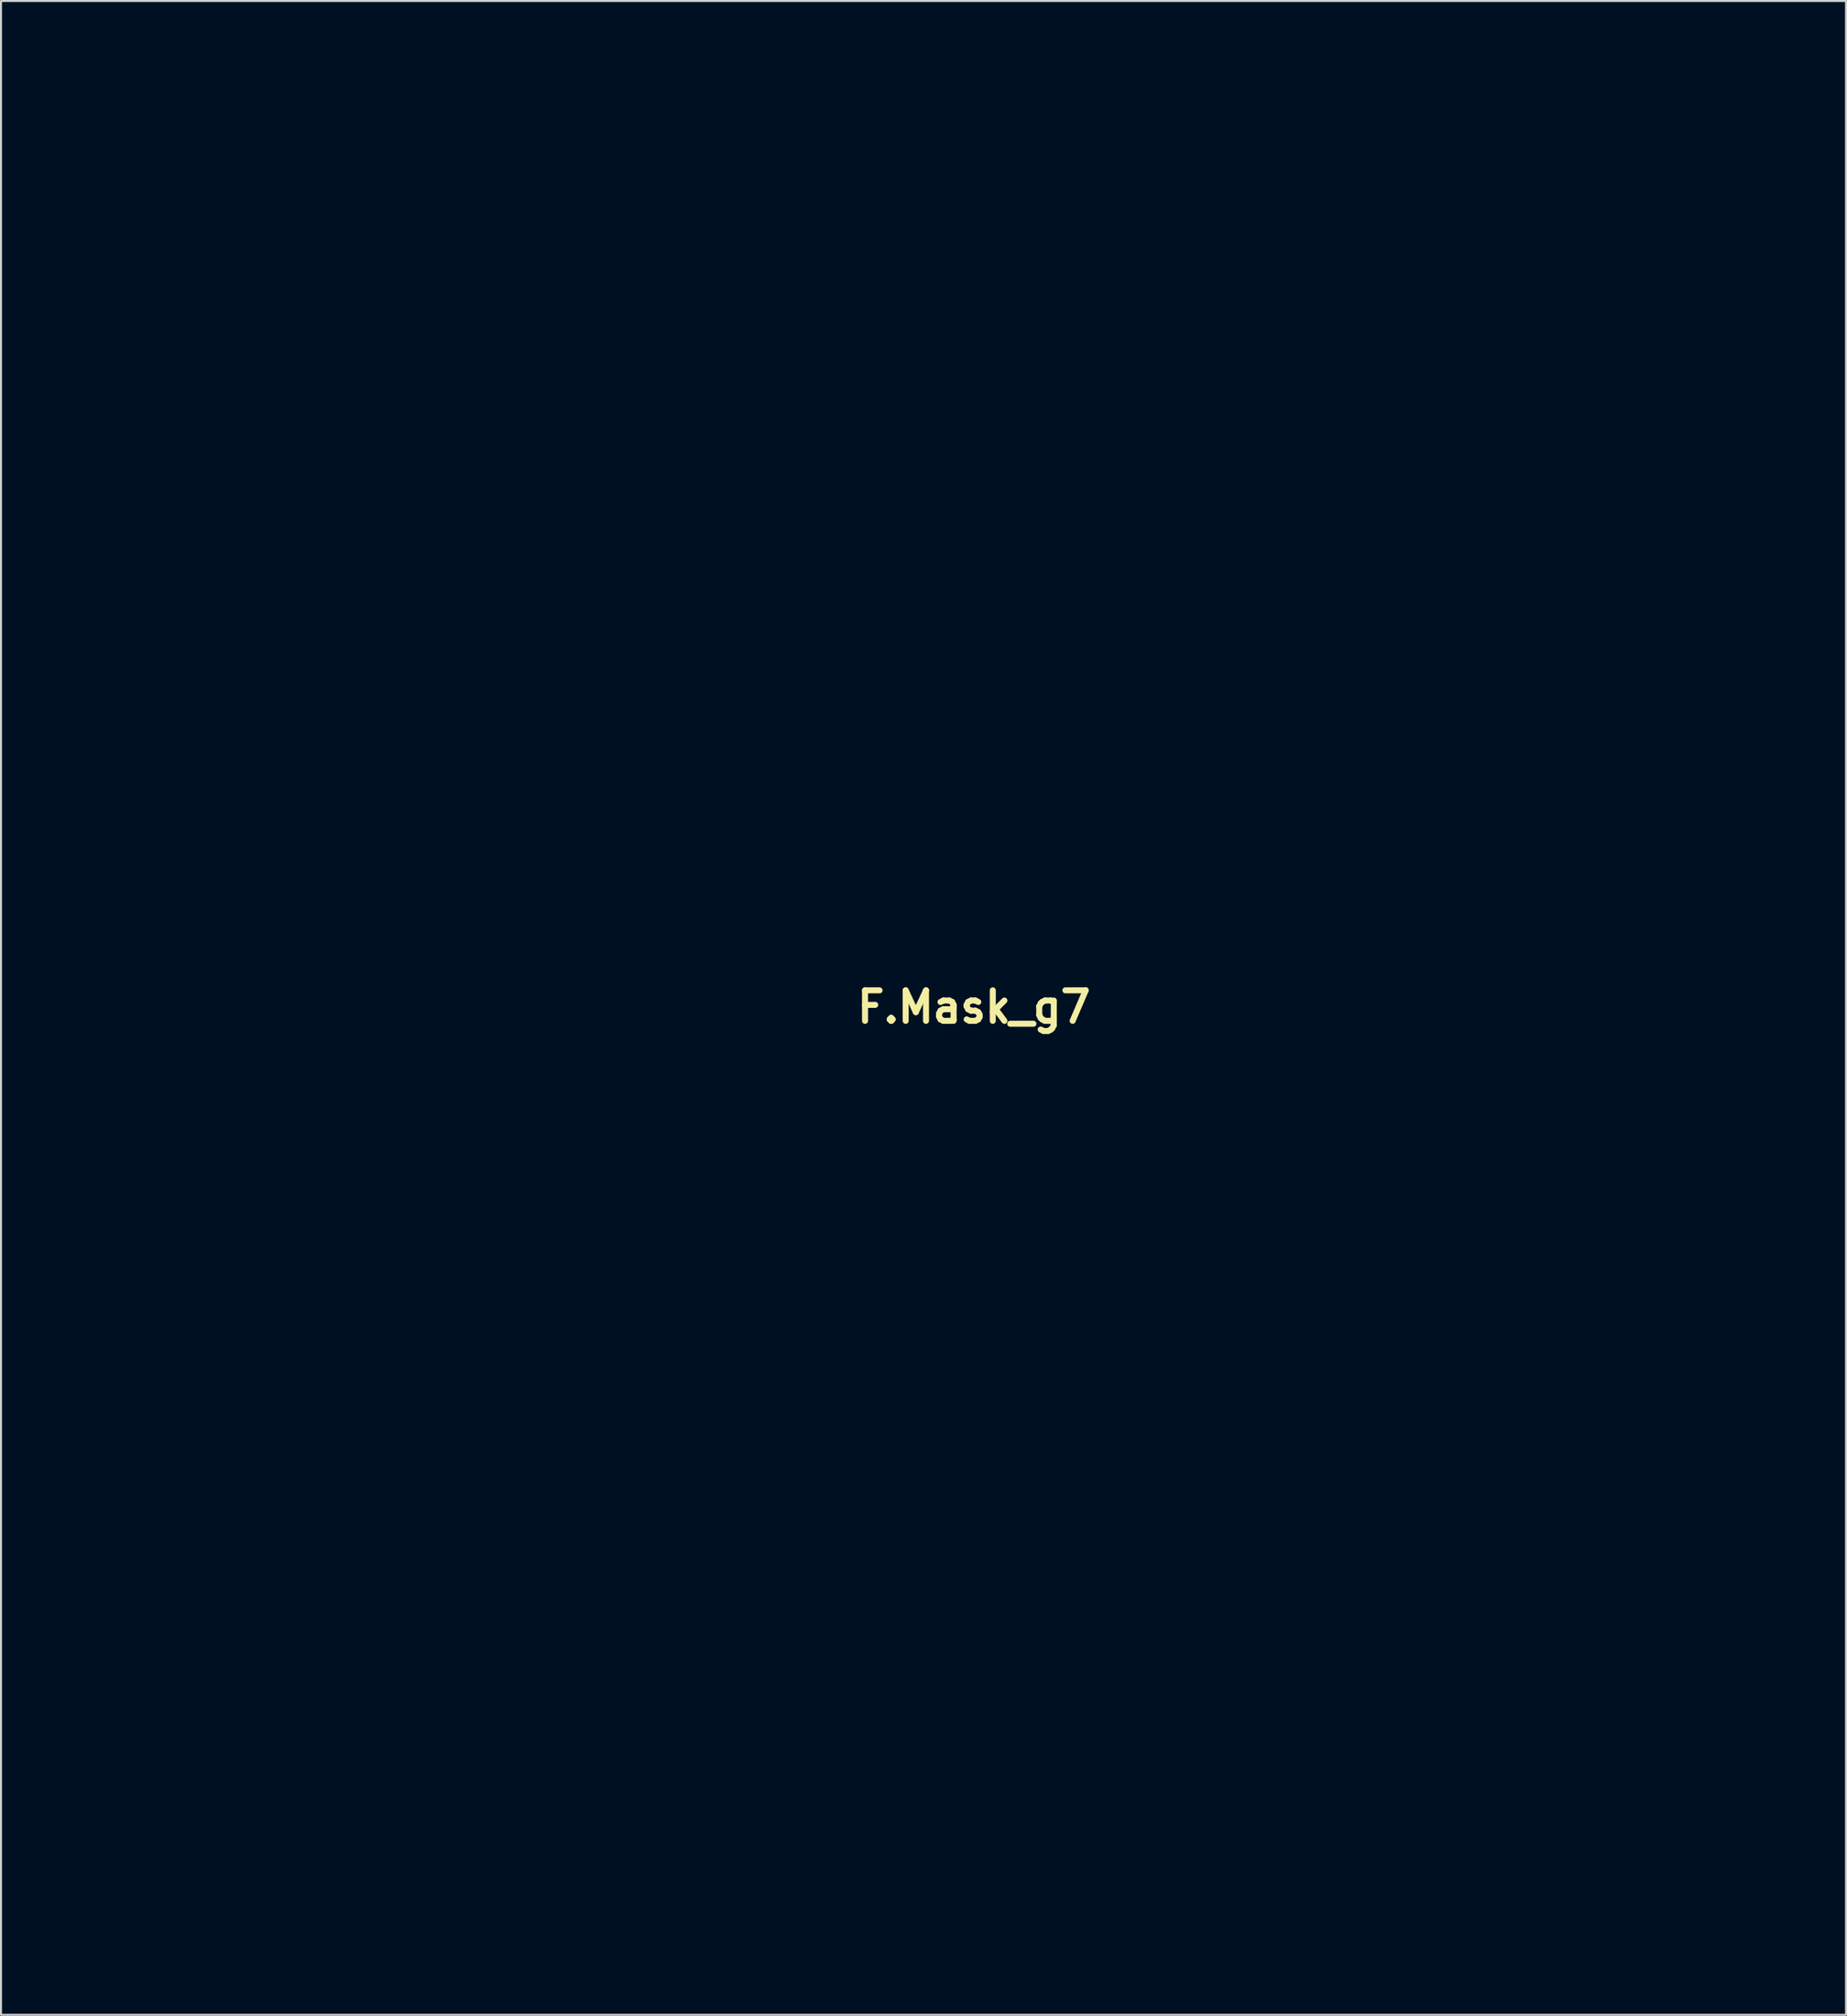
<source format=kicad_pcb>
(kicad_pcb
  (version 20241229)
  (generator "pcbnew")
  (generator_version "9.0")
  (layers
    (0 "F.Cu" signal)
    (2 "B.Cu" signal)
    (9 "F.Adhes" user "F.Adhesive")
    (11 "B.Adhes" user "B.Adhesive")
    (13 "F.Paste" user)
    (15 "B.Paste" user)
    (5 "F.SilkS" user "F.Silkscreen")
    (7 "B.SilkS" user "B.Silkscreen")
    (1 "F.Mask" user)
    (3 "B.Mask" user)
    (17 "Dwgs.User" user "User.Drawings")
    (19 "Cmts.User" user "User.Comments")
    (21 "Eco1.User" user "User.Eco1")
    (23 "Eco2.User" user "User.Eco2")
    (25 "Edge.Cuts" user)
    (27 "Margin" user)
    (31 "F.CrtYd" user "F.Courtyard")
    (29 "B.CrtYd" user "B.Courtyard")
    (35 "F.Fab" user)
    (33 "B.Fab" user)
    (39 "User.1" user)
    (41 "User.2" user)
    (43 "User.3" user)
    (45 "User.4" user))
  (footprint "F.Mask_g7"
    (layer "F.Cu")
    (at 45.635 47.275)
    (property "Reference" "F.Mask_g7" (at 0 0 0) (layer "F.SilkS") (effects (font (size 1.524 1.524) (thickness 0.3))))
    (attr through_hole)
    (fp_poly (pts (xy -12.928 -22.201) (xy -12.807 -22.132) (xy -12.726 -22.019) (xy -12.717 -21.989) (xy -12.7 -21.811) (xy -12.735 -21.65) (xy -12.809 -21.517) (xy -12.911 -21.423) (xy -13.029 -21.38) (xy -13.152 -21.4) (xy -13.249 -21.471) (xy -13.317 -21.598) (xy -13.333 -21.757) (xy -13.303 -21.922) (xy -13.234 -22.07) (xy -13.133 -22.175) (xy -13.061 -22.207) (xy -12.928 -22.201)) (stroke (width 0.01) (type solid)) (fill yes) (layer "F.Mask"))
    (fp_poly (pts (xy -3.73 -7.411) (xy -3.669 -7.283) (xy -3.641 -7.093) (xy -3.641 -7.053) (xy -3.663 -6.892) (xy -3.722 -6.751) (xy -3.806 -6.643) (xy -3.9 -6.58) (xy -3.994 -6.574) (xy -4.061 -6.621) (xy -4.119 -6.747) (xy -4.139 -6.918) (xy -4.12 -7.105) (xy -4.087 -7.219) (xy -4.002 -7.38) (xy -3.906 -7.463) (xy -3.812 -7.472) (xy -3.73 -7.411)) (stroke (width 0.01) (type solid)) (fill yes) (layer "F.Mask"))
    (fp_poly (pts (xy 2.014 -22.162) (xy 2.061 -22.129) (xy 2.124 -22.02) (xy 2.149 -21.873) (xy 2.141 -21.708) (xy 2.105 -21.547) (xy 2.045 -21.41) (xy 1.965 -21.319) (xy 1.889 -21.294) (xy 1.778 -21.33) (xy 1.717 -21.388) (xy 1.667 -21.517) (xy 1.654 -21.69) (xy 1.677 -21.871) (xy 1.72 -21.997) (xy 1.805 -22.114) (xy 1.91 -22.172) (xy 2.014 -22.162)) (stroke (width 0.01) (type solid)) (fill yes) (layer "F.Mask"))
    (fp_poly (pts (xy 3.934 -8.532) (xy 4.014 -8.48) (xy 4.153 -8.334) (xy 4.222 -8.151) (xy 4.233 -8.021) (xy 4.206 -7.851) (xy 4.136 -7.73) (xy 4.035 -7.665) (xy 3.92 -7.664) (xy 3.804 -7.736) (xy 3.772 -7.772) (xy 3.685 -7.933) (xy 3.649 -8.111) (xy 3.662 -8.284) (xy 3.724 -8.427) (xy 3.795 -8.496) (xy 3.873 -8.538) (xy 3.934 -8.532)) (stroke (width 0.01) (type solid)) (fill yes) (layer "F.Mask"))
    (fp_poly (pts (xy 6.398 -15.533) (xy 6.454 -15.456) (xy 6.525 -15.253) (xy 6.547 -15.038) (xy 6.519 -14.835) (xy 6.444 -14.67) (xy 6.407 -14.626) (xy 6.312 -14.568) (xy 6.223 -14.593) (xy 6.152 -14.675) (xy 6.095 -14.815) (xy 6.064 -15.001) (xy 6.061 -15.199) (xy 6.087 -15.373) (xy 6.114 -15.445) (xy 6.201 -15.552) (xy 6.301 -15.581) (xy 6.398 -15.533)) (stroke (width 0.01) (type solid)) (fill yes) (layer "F.Mask"))
    (fp_poly (pts (xy -20.343 -7.032) (xy -20.232 -6.946) (xy -20.15 -6.844) (xy -20.114 -6.734) (xy -20.108 -6.626) (xy -20.134 -6.414) (xy -20.205 -6.258) (xy -20.315 -6.163) (xy -20.455 -6.139) (xy -20.564 -6.167) (xy -20.643 -6.239) (xy -20.702 -6.369) (xy -20.735 -6.529) (xy -20.739 -6.695) (xy -20.708 -6.84) (xy -20.694 -6.871) (xy -20.591 -7.008) (xy -20.473 -7.062) (xy -20.343 -7.032)) (stroke (width 0.01) (type solid)) (fill yes) (layer "F.Mask"))
    (fp_poly (pts (xy -19.556 -22.076) (xy -19.461 -22.005) (xy -19.394 -21.875) (xy -19.355 -21.708) (xy -19.347 -21.525) (xy -19.372 -21.349) (xy -19.432 -21.2) (xy -19.472 -21.147) (xy -19.591 -21.057) (xy -19.703 -21.051) (xy -19.791 -21.11) (xy -19.881 -21.241) (xy -19.929 -21.402) (xy -19.938 -21.576) (xy -19.914 -21.747) (xy -19.859 -21.898) (xy -19.779 -22.014) (xy -19.676 -22.079) (xy -19.556 -22.076)) (stroke (width 0.01) (type solid)) (fill yes) (layer "F.Mask"))
    (fp_poly (pts (xy -5.308 -22.468) (xy -5.206 -22.403) (xy -5.113 -22.298) (xy -5.042 -22.164) (xy -5.004 -22.017) (xy -5.009 -21.868) (xy -5.017 -21.837) (xy -5.092 -21.685) (xy -5.193 -21.607) (xy -5.311 -21.607) (xy -5.435 -21.687) (xy -5.438 -21.69) (xy -5.544 -21.847) (xy -5.595 -22.034) (xy -5.588 -22.224) (xy -5.523 -22.389) (xy -5.5 -22.42) (xy -5.41 -22.478) (xy -5.308 -22.468)) (stroke (width 0.01) (type solid)) (fill yes) (layer "F.Mask"))
    (fp_poly (pts (xy -1.474 -22.781) (xy -1.395 -22.682) (xy -1.345 -22.543) (xy -1.327 -22.381) (xy -1.342 -22.217) (xy -1.393 -22.07) (xy -1.481 -21.96) (xy -1.494 -21.95) (xy -1.607 -21.893) (xy -1.702 -21.909) (xy -1.776 -21.969) (xy -1.86 -22.099) (xy -1.897 -22.259) (xy -1.891 -22.428) (xy -1.848 -22.588) (xy -1.771 -22.719) (xy -1.665 -22.8) (xy -1.581 -22.818) (xy -1.474 -22.781)) (stroke (width 0.01) (type solid)) (fill yes) (layer "F.Mask"))
    (fp_poly (pts (xy 5.375 -20.298) (xy 5.471 -20.225) (xy 5.544 -20.092) (xy 5.584 -19.906) (xy 5.588 -19.812) (xy 5.565 -19.607) (xy 5.501 -19.441) (xy 5.406 -19.326) (xy 5.289 -19.274) (xy 5.174 -19.29) (xy 5.096 -19.362) (xy 5.039 -19.494) (xy 5.004 -19.662) (xy 4.997 -19.841) (xy 5.021 -20.008) (xy 5.056 -20.103) (xy 5.157 -20.243) (xy 5.267 -20.306) (xy 5.375 -20.298)) (stroke (width 0.01) (type solid)) (fill yes) (layer "F.Mask"))
    (fp_poly (pts (xy 5.983 -12.134) (xy 6.08 -12.072) (xy 6.159 -11.954) (xy 6.207 -11.793) (xy 6.209 -11.631) (xy 6.174 -11.48) (xy 6.108 -11.354) (xy 6.021 -11.266) (xy 5.92 -11.229) (xy 5.814 -11.257) (xy 5.762 -11.298) (xy 5.681 -11.423) (xy 5.644 -11.575) (xy 5.646 -11.739) (xy 5.683 -11.895) (xy 5.749 -12.025) (xy 5.84 -12.113) (xy 5.951 -12.139) (xy 5.983 -12.134)) (stroke (width 0.01) (type solid)) (fill yes) (layer "F.Mask"))
    (fp_poly (pts (xy -14.708 -7.71) (xy -14.615 -7.639) (xy -14.548 -7.521) (xy -14.509 -7.373) (xy -14.502 -7.215) (xy -14.531 -7.064) (xy -14.598 -6.937) (xy -14.658 -6.881) (xy -14.747 -6.828) (xy -14.814 -6.829) (xy -14.892 -6.888) (xy -14.924 -6.92) (xy -14.996 -7.038) (xy -15.028 -7.193) (xy -15.025 -7.362) (xy -14.988 -7.52) (xy -14.921 -7.645) (xy -14.827 -7.714) (xy -14.821 -7.716) (xy -14.708 -7.71)) (stroke (width 0.01) (type solid)) (fill yes) (layer "F.Mask"))
    (fp_poly (pts (xy -9.813 -21.07) (xy -9.744 -20.952) (xy -9.702 -20.779) (xy -9.694 -20.643) (xy -9.704 -20.486) (xy -9.739 -20.375) (xy -9.804 -20.281) (xy -9.886 -20.19) (xy -9.945 -20.158) (xy -10.008 -20.178) (xy -10.065 -20.216) (xy -10.16 -20.33) (xy -10.214 -20.492) (xy -10.224 -20.678) (xy -10.191 -20.862) (xy -10.111 -21.017) (xy -10.11 -21.019) (xy -10.005 -21.111) (xy -9.903 -21.125) (xy -9.813 -21.07)) (stroke (width 0.01) (type solid)) (fill yes) (layer "F.Mask"))
    (fp_poly (pts (xy -17.313 -6.829) (xy -17.244 -6.747) (xy -17.202 -6.62) (xy -17.189 -6.467) (xy -17.203 -6.307) (xy -17.246 -6.157) (xy -17.318 -6.035) (xy -17.397 -5.97) (xy -17.471 -5.935) (xy -17.519 -5.941) (xy -17.579 -6) (xy -17.594 -6.016) (xy -17.651 -6.132) (xy -17.676 -6.294) (xy -17.669 -6.472) (xy -17.629 -6.634) (xy -17.584 -6.719) (xy -17.499 -6.804) (xy -17.414 -6.849) (xy -17.409 -6.85) (xy -17.313 -6.829)) (stroke (width 0.01) (type solid)) (fill yes) (layer "F.Mask"))
    (fp_poly (pts (xy 0.662 -7.161) (xy 0.8 -7.069) (xy 0.886 -6.95) (xy 0.906 -6.796) (xy 0.854 -6.63) (xy 0.735 -6.468) (xy 0.704 -6.438) (xy 0.56 -6.353) (xy 0.382 -6.313) (xy 0.201 -6.32) (xy 0.05 -6.378) (xy 0.032 -6.391) (xy -0.058 -6.512) (xy -0.088 -6.668) (xy -0.057 -6.835) (xy -0.001 -6.942) (xy 0.106 -7.042) (xy 0.26 -7.129) (xy 0.422 -7.186) (xy 0.511 -7.197) (xy 0.662 -7.161)) (stroke (width 0.01) (type solid)) (fill yes) (layer "F.Mask"))
    (fp_poly (pts (xy -16.459 -22.466) (xy -16.435 -22.453) (xy -16.339 -22.349) (xy -16.272 -22.19) (xy -16.238 -22.002) (xy -16.239 -21.811) (xy -16.279 -21.642) (xy -16.323 -21.563) (xy -16.407 -21.465) (xy -16.476 -21.439) (xy -16.55 -21.482) (xy -16.597 -21.529) (xy -16.65 -21.595) (xy -16.681 -21.669) (xy -16.696 -21.775) (xy -16.7 -21.938) (xy -16.701 -21.973) (xy -16.697 -22.148) (xy -16.685 -22.262) (xy -16.657 -22.338) (xy -16.61 -22.398) (xy -16.605 -22.403) (xy -16.524 -22.466) (xy -16.459 -22.466)) (stroke (width 0.01) (type solid)) (fill yes) (layer "F.Mask"))
    (fp_poly (pts (xy -9.082 0.857) (xy -9.026 0.884) (xy -8.778 0.977) (xy -8.479 1.034) (xy -8.159 1.051) (xy -8.103 1.049) (xy -7.811 1.037) (xy -7.811 1.486) (xy -7.813 1.719) (xy -7.827 1.881) (xy -7.862 1.985) (xy -7.926 2.042) (xy -8.03 2.067) (xy -8.182 2.071) (xy -8.228 2.071) (xy -8.419 2.061) (xy -8.612 2.038) (xy -8.742 2.013) (xy -8.977 1.945) (xy -9.156 1.871) (xy -9.308 1.779) (xy -9.348 1.749) (xy -9.517 1.584) (xy -9.62 1.404) (xy -9.653 1.221) (xy -9.615 1.05) (xy -9.528 0.928) (xy -9.396 0.832) (xy -9.253 0.809) (xy -9.082 0.857)) (stroke (width 0.01) (type solid)) (fill yes) (layer "F.Mask"))
    (fp_poly (pts (xy 10.74 -13.224) (xy 10.854 -13.184) (xy 11.011 -13.121) (xy 11.194 -13.044) (xy 11.387 -12.958) (xy 11.574 -12.872) (xy 11.738 -12.793) (xy 11.862 -12.727) (xy 11.93 -12.684) (xy 11.932 -12.681) (xy 11.963 -12.632) (xy 11.935 -12.58) (xy 11.89 -12.539) (xy 11.818 -12.479) (xy 11.698 -12.379) (xy 11.548 -12.254) (xy 11.409 -12.138) (xy 11.216 -11.971) (xy 10.998 -11.77) (xy 10.784 -11.565) (xy 10.651 -11.43) (xy 10.485 -11.262) (xy 10.371 -11.159) (xy 10.311 -11.119) (xy 10.302 -11.139) (xy 10.329 -11.252) (xy 10.364 -11.43) (xy 10.406 -11.655) (xy 10.451 -11.907) (xy 10.496 -12.169) (xy 10.538 -12.421) (xy 10.573 -12.646) (xy 10.598 -12.823) (xy 10.607 -12.905) (xy 10.628 -13.058) (xy 10.655 -13.174) (xy 10.683 -13.232) (xy 10.686 -13.234) (xy 10.74 -13.224)) (stroke (width 0.01) (type solid)) (fill yes) (layer "F.Mask"))
    (fp_poly (pts (xy -3.128 0.12) (xy -3.042 0.218) (xy -2.936 0.364) (xy -2.818 0.544) (xy -2.696 0.744) (xy -2.58 0.949) (xy -2.476 1.146) (xy -2.395 1.321) (xy -2.343 1.459) (xy -2.328 1.535) (xy -2.358 1.64) (xy -2.45 1.735) (xy -2.612 1.825) (xy -2.852 1.915) (xy -2.888 1.926) (xy -3.202 2.013) (xy -3.532 2.08) (xy -3.862 2.128) (xy -4.174 2.154) (xy -4.452 2.158) (xy -4.68 2.136) (xy -4.807 2.103) (xy -5.078 1.962) (xy -5.297 1.773) (xy -5.374 1.675) (xy -5.447 1.551) (xy -5.519 1.398) (xy -5.584 1.236) (xy -5.631 1.089) (xy -5.655 0.978) (xy -5.65 0.929) (xy -5.597 0.906) (xy -5.488 0.892) (xy -5.406 0.889) (xy -5.132 0.866) (xy -4.892 0.79) (xy -4.661 0.659) (xy -4.564 0.605) (xy -4.41 0.534) (xy -4.217 0.451) (xy -4.002 0.363) (xy -3.781 0.277) (xy -3.571 0.2) (xy -3.39 0.138) (xy -3.254 0.097) (xy -3.186 0.085) (xy -3.128 0.12)) (stroke (width 0.01) (type solid)) (fill yes) (layer "F.Mask"))
    (fp_poly (pts (xy -5.654 -18.196) (xy -5.269 -18.175) (xy -4.918 -18.142) (xy -4.619 -18.098) (xy -4.386 -18.045) (xy -4.365 -18.039) (xy -4.018 -17.889) (xy -3.676 -17.664) (xy -3.349 -17.372) (xy -3.043 -17.02) (xy -2.764 -16.619) (xy -2.522 -16.177) (xy -2.322 -15.701) (xy -2.265 -15.536) (xy -2.18 -15.19) (xy -2.131 -14.814) (xy -2.119 -14.437) (xy -2.147 -14.089) (xy -2.179 -13.922) (xy -2.354 -13.377) (xy -2.608 -12.846) (xy -2.936 -12.338) (xy -3.333 -11.86) (xy -3.793 -11.418) (xy -4.311 -11.02) (xy -4.374 -10.977) (xy -4.778 -10.757) (xy -5.209 -10.616) (xy -5.664 -10.556) (xy -6.142 -10.577) (xy -6.329 -10.606) (xy -6.864 -10.72) (xy -7.387 -10.862) (xy -7.879 -11.025) (xy -8.324 -11.203) (xy -8.702 -11.39) (xy -8.718 -11.399) (xy -9.09 -11.651) (xy -9.443 -11.968) (xy -9.759 -12.332) (xy -10.019 -12.723) (xy -10.092 -12.859) (xy -10.179 -13.07) (xy -10.261 -13.337) (xy -10.333 -13.631) (xy -10.387 -13.926) (xy -10.417 -14.192) (xy -10.422 -14.309) (xy -10.386 -14.653) (xy -10.282 -15.025) (xy -10.119 -15.415) (xy -9.904 -15.812) (xy -9.643 -16.204) (xy -9.345 -16.581) (xy -9.016 -16.931) (xy -8.663 -17.242) (xy -8.372 -17.455) (xy -7.936 -17.722) (xy -7.529 -17.924) (xy -7.131 -18.067) (xy -6.726 -18.156) (xy -6.295 -18.198) (xy -6.059 -18.203) (xy -5.654 -18.196)) (stroke (width 0.01) (type solid)) (fill yes) (layer "F.Mask"))
    (fp_poly (pts (xy -19.426 -18.005) (xy -19.205 -17.888) (xy -18.986 -17.761) (xy -18.794 -17.639) (xy -18.653 -17.536) (xy -18.648 -17.532) (xy -18.346 -17.244) (xy -18.057 -16.896) (xy -17.791 -16.506) (xy -17.558 -16.092) (xy -17.369 -15.673) (xy -17.235 -15.268) (xy -17.183 -15.019) (xy -17.15 -14.558) (xy -17.19 -14.073) (xy -17.298 -13.578) (xy -17.471 -13.089) (xy -17.704 -12.618) (xy -17.866 -12.36) (xy -18.068 -12.099) (xy -18.326 -11.818) (xy -18.622 -11.536) (xy -18.936 -11.269) (xy -19.248 -11.036) (xy -19.538 -10.854) (xy -19.559 -10.843) (xy -19.893 -10.692) (xy -20.252 -10.59) (xy -20.648 -10.535) (xy -21.096 -10.525) (xy -21.47 -10.546) (xy -22.085 -10.633) (xy -22.722 -10.798) (xy -23.384 -11.041) (xy -23.455 -11.071) (xy -23.945 -11.324) (xy -24.382 -11.637) (xy -24.759 -12.005) (xy -25.072 -12.424) (xy -25.271 -12.789) (xy -25.377 -13.041) (xy -25.451 -13.278) (xy -25.497 -13.526) (xy -25.521 -13.811) (xy -25.526 -14.116) (xy -25.515 -14.522) (xy -25.478 -14.867) (xy -25.408 -15.174) (xy -25.3 -15.465) (xy -25.146 -15.761) (xy -24.951 -16.071) (xy -24.704 -16.409) (xy -24.443 -16.714) (xy -24.183 -16.969) (xy -23.957 -17.147) (xy -23.842 -17.219) (xy -23.666 -17.318) (xy -23.448 -17.435) (xy -23.203 -17.563) (xy -22.949 -17.691) (xy -22.937 -17.697) (xy -22.575 -17.871) (xy -22.266 -18.005) (xy -21.99 -18.105) (xy -21.726 -18.176) (xy -21.455 -18.222) (xy -21.157 -18.249) (xy -20.811 -18.261) (xy -20.632 -18.263) (xy -19.95 -18.267) (xy -19.426 -18.005)) (stroke (width 0.01) (type solid)) (fill yes) (layer "F.Mask"))
    (fp_poly (pts (xy -21.135 -18.801) (xy -21.049 -18.789) (xy -21.045 -18.766) (xy -21.119 -18.734) (xy -21.27 -18.693) (xy -21.494 -18.646) (xy -21.558 -18.633) (xy -21.952 -18.539) (xy -22.389 -18.399) (xy -22.844 -18.225) (xy -23.294 -18.025) (xy -23.716 -17.81) (xy -24.088 -17.589) (xy -24.154 -17.544) (xy -24.647 -17.168) (xy -25.073 -16.758) (xy -25.427 -16.321) (xy -25.706 -15.859) (xy -25.907 -15.38) (xy -25.949 -15.24) (xy -26.015 -14.921) (xy -26.055 -14.552) (xy -26.069 -14.166) (xy -26.054 -13.792) (xy -26.02 -13.519) (xy -25.885 -12.963) (xy -25.685 -12.453) (xy -25.421 -11.995) (xy -25.098 -11.592) (xy -24.724 -11.254) (xy -24.552 -11.131) (xy -24.373 -11.02) (xy -24.171 -10.915) (xy -23.93 -10.807) (xy -23.633 -10.69) (xy -23.41 -10.606) (xy -23.016 -10.47) (xy -22.665 -10.371) (xy -22.327 -10.304) (xy -21.977 -10.264) (xy -21.585 -10.247) (xy -21.361 -10.245) (xy -21.082 -10.242) (xy -20.87 -10.233) (xy -20.728 -10.22) (xy -20.66 -10.202) (xy -20.669 -10.18) (xy -20.758 -10.156) (xy -20.817 -10.145) (xy -20.955 -10.132) (xy -21.154 -10.125) (xy -21.391 -10.124) (xy -21.642 -10.129) (xy -21.885 -10.139) (xy -22.095 -10.154) (xy -22.183 -10.164) (xy -22.586 -10.229) (xy -23.009 -10.323) (xy -23.435 -10.44) (xy -23.847 -10.573) (xy -24.227 -10.718) (xy -24.56 -10.869) (xy -24.828 -11.02) (xy -24.864 -11.045) (xy -25.028 -11.171) (xy -25.229 -11.347) (xy -25.449 -11.554) (xy -25.673 -11.778) (xy -25.883 -12) (xy -26.063 -12.204) (xy -26.196 -12.374) (xy -26.204 -12.386) (xy -26.399 -12.701) (xy -26.569 -13.037) (xy -26.703 -13.37) (xy -26.789 -13.674) (xy -26.8 -13.735) (xy -26.825 -13.974) (xy -26.831 -14.264) (xy -26.82 -14.574) (xy -26.793 -14.873) (xy -26.752 -15.132) (xy -26.731 -15.219) (xy -26.603 -15.589) (xy -26.419 -15.969) (xy -26.198 -16.323) (xy -26.087 -16.471) (xy -25.978 -16.599) (xy -25.835 -16.755) (xy -25.669 -16.929) (xy -25.49 -17.111) (xy -25.31 -17.29) (xy -25.138 -17.456) (xy -24.986 -17.597) (xy -24.864 -17.705) (xy -24.782 -17.768) (xy -24.756 -17.78) (xy -24.695 -17.804) (xy -24.601 -17.862) (xy -24.578 -17.879) (xy -24.436 -17.974) (xy -24.236 -18.089) (xy -24.003 -18.214) (xy -23.757 -18.336) (xy -23.521 -18.445) (xy -23.317 -18.53) (xy -23.238 -18.559) (xy -22.996 -18.624) (xy -22.693 -18.684) (xy -22.35 -18.735) (xy -21.992 -18.774) (xy -21.642 -18.799) (xy -21.321 -18.807) (xy -21.135 -18.801)) (stroke (width 0.01) (type solid)) (fill yes) (layer "F.Mask"))
    (fp_poly (pts (xy -5.981 -18.909) (xy -5.737 -18.895) (xy -5.541 -18.873) (xy -5.409 -18.845) (xy -5.397 -18.84) (xy -5.266 -18.797) (xy -5.118 -18.763) (xy -5.108 -18.761) (xy -5.003 -18.733) (xy -4.943 -18.699) (xy -4.939 -18.69) (xy -4.978 -18.675) (xy -5.096 -18.66) (xy -5.288 -18.646) (xy -5.549 -18.633) (xy -5.874 -18.622) (xy -5.884 -18.622) (xy -6.212 -18.612) (xy -6.471 -18.602) (xy -6.679 -18.588) (xy -6.853 -18.57) (xy -7.009 -18.547) (xy -7.165 -18.516) (xy -7.303 -18.483) (xy -7.859 -18.307) (xy -8.396 -18.056) (xy -8.906 -17.74) (xy -9.378 -17.365) (xy -9.806 -16.941) (xy -10.179 -16.475) (xy -10.49 -15.975) (xy -10.73 -15.449) (xy -10.802 -15.24) (xy -10.842 -15.099) (xy -10.87 -14.968) (xy -10.887 -14.825) (xy -10.895 -14.649) (xy -10.897 -14.419) (xy -10.896 -14.309) (xy -10.884 -13.919) (xy -10.848 -13.588) (xy -10.783 -13.289) (xy -10.685 -12.998) (xy -10.547 -12.691) (xy -10.54 -12.677) (xy -10.338 -12.328) (xy -10.086 -11.984) (xy -9.797 -11.659) (xy -9.485 -11.365) (xy -9.163 -11.117) (xy -8.845 -10.927) (xy -8.636 -10.837) (xy -8.541 -10.802) (xy -8.386 -10.744) (xy -8.194 -10.671) (xy -7.984 -10.591) (xy -7.959 -10.581) (xy -7.392 -10.395) (xy -6.855 -10.283) (xy -6.339 -10.244) (xy -6.329 -10.244) (xy -6.155 -10.24) (xy -6.062 -10.228) (xy -6.046 -10.209) (xy -6.054 -10.202) (xy -6.145 -10.177) (xy -6.316 -10.168) (xy -6.567 -10.176) (xy -6.9 -10.201) (xy -6.943 -10.205) (xy -7.654 -10.31) (xy -8.351 -10.491) (xy -9.016 -10.743) (xy -9.137 -10.798) (xy -9.407 -10.933) (xy -9.643 -11.068) (xy -9.863 -11.219) (xy -10.082 -11.396) (xy -10.318 -11.613) (xy -10.588 -11.883) (xy -10.607 -11.902) (xy -10.801 -12.104) (xy -10.947 -12.264) (xy -11.058 -12.399) (xy -11.148 -12.526) (xy -11.229 -12.663) (xy -11.313 -12.826) (xy -11.335 -12.87) (xy -11.509 -13.263) (xy -11.627 -13.632) (xy -11.695 -14.001) (xy -11.716 -14.395) (xy -11.694 -14.837) (xy -11.689 -14.889) (xy -11.644 -15.229) (xy -11.57 -15.532) (xy -11.459 -15.824) (xy -11.303 -16.126) (xy -11.111 -16.435) (xy -10.939 -16.672) (xy -10.726 -16.932) (xy -10.487 -17.198) (xy -10.238 -17.454) (xy -9.994 -17.684) (xy -9.771 -17.87) (xy -9.646 -17.961) (xy -9.063 -18.295) (xy -8.437 -18.566) (xy -7.787 -18.765) (xy -7.303 -18.862) (xy -7.082 -18.888) (xy -6.822 -18.905) (xy -6.541 -18.914) (xy -6.254 -18.915) (xy -5.981 -18.909)) (stroke (width 0.01) (type solid)) (fill yes) (layer "F.Mask"))
    (fp_poly (pts (xy -14.676 -20.817) (xy -14.492 -20.806) (xy -14.335 -20.785) (xy -14.197 -20.754) (xy -14.07 -20.714) (xy -13.945 -20.663) (xy -13.815 -20.602) (xy -13.737 -20.564) (xy -13.551 -20.464) (xy -13.365 -20.35) (xy -13.168 -20.214) (xy -12.951 -20.05) (xy -12.706 -19.849) (xy -12.422 -19.606) (xy -12.091 -19.312) (xy -11.969 -19.202) (xy -11.513 -18.79) (xy -11.836 -18.423) (xy -12.289 -17.848) (xy -12.687 -17.224) (xy -12.928 -16.761) (xy -13.107 -16.361) (xy -13.24 -16.002) (xy -13.332 -15.662) (xy -13.39 -15.313) (xy -13.419 -14.933) (xy -13.426 -14.584) (xy -13.392 -13.885) (xy -13.29 -13.23) (xy -13.117 -12.607) (xy -12.869 -12.006) (xy -12.544 -11.417) (xy -12.448 -11.267) (xy -12.344 -11.103) (xy -12.263 -10.963) (xy -12.212 -10.862) (xy -12.2 -10.819) (xy -12.244 -10.752) (xy -12.347 -10.645) (xy -12.498 -10.507) (xy -12.687 -10.347) (xy -12.902 -10.172) (xy -13.133 -9.993) (xy -13.369 -9.817) (xy -13.6 -9.653) (xy -13.814 -9.51) (xy -13.847 -9.49) (xy -13.985 -9.404) (xy -14.106 -9.335) (xy -14.222 -9.282) (xy -14.343 -9.241) (xy -14.483 -9.21) (xy -14.652 -9.188) (xy -14.863 -9.172) (xy -15.127 -9.159) (xy -15.457 -9.149) (xy -15.706 -9.142) (xy -16.07 -9.132) (xy -16.453 -9.124) (xy -16.834 -9.116) (xy -17.192 -9.11) (xy -17.502 -9.106) (xy -17.69 -9.105) (xy -18.468 -9.102) (xy -18.299 -9.285) (xy -18.138 -9.456) (xy -17.983 -9.611) (xy -17.814 -9.768) (xy -17.611 -9.947) (xy -17.455 -10.081) (xy -17.136 -10.377) (xy -16.821 -10.712) (xy -16.524 -11.072) (xy -16.255 -11.44) (xy -16.028 -11.8) (xy -15.854 -12.135) (xy -15.799 -12.266) (xy -15.684 -12.593) (xy -15.569 -12.967) (xy -15.462 -13.351) (xy -15.376 -13.711) (xy -15.341 -13.878) (xy -15.292 -14.295) (xy -15.29 -14.759) (xy -15.332 -15.252) (xy -15.415 -15.752) (xy -15.537 -16.238) (xy -15.668 -16.623) (xy -15.929 -17.178) (xy -16.265 -17.71) (xy -16.667 -18.21) (xy -17.129 -18.67) (xy -17.642 -19.082) (xy -18.197 -19.437) (xy -18.562 -19.626) (xy -18.805 -19.732) (xy -19.098 -19.846) (xy -19.415 -19.959) (xy -19.73 -20.061) (xy -20.018 -20.145) (xy -20.227 -20.196) (xy -20.468 -20.247) (xy -20.13 -20.328) (xy -19.752 -20.408) (xy -19.312 -20.481) (xy -18.805 -20.548) (xy -18.227 -20.611) (xy -17.573 -20.668) (xy -16.839 -20.721) (xy -16.806 -20.723) (xy -16.288 -20.756) (xy -15.846 -20.783) (xy -15.472 -20.803) (xy -15.157 -20.816) (xy -14.895 -20.821) (xy -14.676 -20.817)) (stroke (width 0.01) (type solid)) (fill yes) (layer "F.Mask"))
    (fp_poly (pts (xy -0.847 -21.359) (xy -0.168 -21.218) (xy 0.51 -20.999) (xy 1.17 -20.71) (xy 1.796 -20.358) (xy 2.042 -20.195) (xy 2.287 -20.007) (xy 2.565 -19.767) (xy 2.856 -19.492) (xy 3.145 -19.2) (xy 3.415 -18.907) (xy 3.647 -18.63) (xy 3.778 -18.457) (xy 4.141 -17.885) (xy 4.43 -17.295) (xy 4.643 -16.696) (xy 4.776 -16.096) (xy 4.787 -16.014) (xy 4.815 -15.673) (xy 4.816 -15.279) (xy 4.795 -14.855) (xy 4.752 -14.425) (xy 4.69 -14.014) (xy 4.612 -13.645) (xy 4.55 -13.43) (xy 4.424 -13.098) (xy 4.26 -12.736) (xy 4.075 -12.377) (xy 3.885 -12.054) (xy 3.803 -11.931) (xy 3.591 -11.647) (xy 3.344 -11.349) (xy 3.073 -11.046) (xy 2.785 -10.748) (xy 2.492 -10.465) (xy 2.203 -10.204) (xy 1.928 -9.976) (xy 1.677 -9.79) (xy 1.459 -9.655) (xy 1.319 -9.591) (xy 1.205 -9.562) (xy 1.026 -9.535) (xy 0.779 -9.508) (xy 0.463 -9.482) (xy 0.072 -9.457) (xy -0.396 -9.432) (xy -0.943 -9.406) (xy -1.185 -9.396) (xy -1.705 -9.373) (xy -2.17 -9.349) (xy -2.575 -9.325) (xy -2.914 -9.299) (xy -3.18 -9.274) (xy -3.368 -9.25) (xy -3.389 -9.246) (xy -3.535 -9.22) (xy -3.316 -9.425) (xy -3.178 -9.549) (xy -3.003 -9.697) (xy -2.825 -9.842) (xy -2.778 -9.878) (xy -2.588 -10.035) (xy -2.363 -10.237) (xy -2.117 -10.47) (xy -1.866 -10.718) (xy -1.624 -10.966) (xy -1.407 -11.2) (xy -1.228 -11.405) (xy -1.136 -11.521) (xy -0.915 -11.83) (xy -0.733 -12.118) (xy -0.581 -12.407) (xy -0.45 -12.715) (xy -0.331 -13.063) (xy -0.214 -13.47) (xy -0.183 -13.589) (xy -0.052 -14.248) (xy -0.003 -14.901) (xy -0.034 -15.542) (xy -0.144 -16.165) (xy -0.332 -16.767) (xy -0.597 -17.34) (xy -0.939 -17.881) (xy -0.99 -17.949) (xy -1.437 -18.477) (xy -1.95 -18.963) (xy -2.518 -19.401) (xy -3.128 -19.78) (xy -3.767 -20.093) (xy -4.128 -20.233) (xy -4.554 -20.373) (xy -4.932 -20.473) (xy -5.288 -20.536) (xy -5.643 -20.568) (xy -5.902 -20.574) (xy -6.104 -20.575) (xy -6.269 -20.58) (xy -6.382 -20.586) (xy -6.428 -20.593) (xy -6.428 -20.595) (xy -6.382 -20.605) (xy -6.263 -20.625) (xy -6.082 -20.651) (xy -5.85 -20.683) (xy -5.577 -20.719) (xy -5.276 -20.757) (xy -5.246 -20.761) (xy -4.894 -20.808) (xy -4.483 -20.867) (xy -4.037 -20.936) (xy -3.579 -21.01) (xy -3.132 -21.085) (xy -2.721 -21.158) (xy -2.683 -21.165) (xy -1.28 -21.424) (xy -0.847 -21.359)) (stroke (width 0.01) (type solid)) (fill yes) (layer "F.Mask"))
    (fp_poly (pts (xy -17.357 -3.788) (xy -17.374 -3.748) (xy -17.424 -3.647) (xy -17.497 -3.497) (xy -17.588 -3.313) (xy -17.628 -3.233) (xy -17.746 -2.99) (xy -17.866 -2.727) (xy -17.975 -2.477) (xy -18.06 -2.269) (xy -18.061 -2.265) (xy -18.134 -2.069) (xy -18.181 -1.917) (xy -18.208 -1.78) (xy -18.22 -1.627) (xy -18.224 -1.425) (xy -18.224 -1.376) (xy -18.223 -1.165) (xy -18.215 -1.014) (xy -18.196 -0.896) (xy -18.161 -0.787) (xy -18.106 -0.661) (xy -18.086 -0.618) (xy -17.995 -0.449) (xy -17.879 -0.286) (xy -17.723 -0.107) (xy -17.578 0.042) (xy -17.32 0.279) (xy -17.068 0.464) (xy -16.805 0.605) (xy -16.514 0.709) (xy -16.177 0.783) (xy -15.779 0.833) (xy -15.659 0.844) (xy -15.036 0.859) (xy -14.425 0.804) (xy -13.841 0.683) (xy -13.296 0.496) (xy -13.15 0.43) (xy -12.984 0.348) (xy -12.77 0.236) (xy -12.533 0.108) (xy -12.298 -0.024) (xy -12.241 -0.056) (xy -12.042 -0.169) (xy -11.865 -0.264) (xy -11.726 -0.336) (xy -11.638 -0.375) (xy -11.617 -0.381) (xy -11.568 -0.344) (xy -11.499 -0.245) (xy -11.419 -0.102) (xy -11.337 0.069) (xy -11.262 0.249) (xy -11.202 0.422) (xy -11.198 0.436) (xy -11.151 0.625) (xy -11.127 0.789) (xy -11.127 0.907) (xy -11.144 0.956) (xy -11.19 0.961) (xy -11.312 0.967) (xy -11.502 0.973) (xy -11.751 0.979) (xy -12.05 0.984) (xy -12.392 0.99) (xy -12.767 0.995) (xy -13.109 0.999) (xy -13.543 1.003) (xy -13.915 1.007) (xy -14.238 1.012) (xy -14.522 1.019) (xy -14.78 1.029) (xy -15.022 1.042) (xy -15.26 1.06) (xy -15.505 1.084) (xy -15.77 1.115) (xy -16.065 1.153) (xy -16.401 1.2) (xy -16.791 1.257) (xy -17.246 1.324) (xy -17.587 1.374) (xy -17.954 1.427) (xy -18.337 1.481) (xy -18.716 1.534) (xy -19.071 1.581) (xy -19.382 1.621) (xy -19.622 1.65) (xy -19.874 1.68) (xy -20.167 1.717) (xy -20.487 1.759) (xy -20.818 1.803) (xy -21.148 1.849) (xy -21.461 1.893) (xy -21.745 1.933) (xy -21.983 1.969) (xy -22.164 1.998) (xy -22.256 2.015) (xy -22.36 2.024) (xy -22.411 1.991) (xy -22.42 1.973) (xy -22.42 1.882) (xy -22.383 1.725) (xy -22.311 1.51) (xy -22.207 1.243) (xy -22.076 0.933) (xy -21.921 0.587) (xy -21.746 0.211) (xy -21.555 -0.185) (xy -21.35 -0.596) (xy -21.137 -1.013) (xy -20.917 -1.428) (xy -20.696 -1.836) (xy -20.476 -2.227) (xy -20.262 -2.595) (xy -20.056 -2.933) (xy -19.922 -3.143) (xy -19.68 -3.514) (xy -19.388 -3.514) (xy -19.17 -3.522) (xy -18.893 -3.546) (xy -18.579 -3.582) (xy -18.253 -3.628) (xy -17.937 -3.681) (xy -17.727 -3.721) (xy -17.564 -3.754) (xy -17.437 -3.777) (xy -17.366 -3.788) (xy -17.357 -3.788)) (stroke (width 0.01) (type solid)) (fill yes) (layer "F.Mask"))
    (fp_poly (pts (xy 9.104 -24.169) (xy 9.104 -24.168) (xy 9.112 -24.151) (xy 9.121 -24.118) (xy 9.132 -24.065) (xy 9.147 -23.985) (xy 9.165 -23.873) (xy 9.188 -23.721) (xy 9.217 -23.526) (xy 9.252 -23.279) (xy 9.295 -22.977) (xy 9.346 -22.611) (xy 9.406 -22.178) (xy 9.476 -21.67) (xy 9.525 -21.315) (xy 9.632 -20.537) (xy 9.729 -19.838) (xy 9.815 -19.212) (xy 9.891 -18.653) (xy 9.958 -18.155) (xy 10.016 -17.714) (xy 10.066 -17.323) (xy 10.109 -16.978) (xy 10.144 -16.672) (xy 10.173 -16.4) (xy 10.196 -16.157) (xy 10.214 -15.936) (xy 10.227 -15.734) (xy 10.236 -15.542) (xy 10.241 -15.358) (xy 10.243 -15.174) (xy 10.243 -14.985) (xy 10.241 -14.786) (xy 10.237 -14.571) (xy 10.233 -14.351) (xy 10.213 -13.689) (xy 10.18 -13.11) (xy 10.135 -12.615) (xy 10.076 -12.202) (xy 10.012 -11.896) (xy 9.929 -11.604) (xy 9.819 -11.258) (xy 9.689 -10.877) (xy 9.545 -10.481) (xy 9.396 -10.088) (xy 9.248 -9.718) (xy 9.108 -9.389) (xy 8.984 -9.12) (xy 8.972 -9.097) (xy 8.793 -8.772) (xy 8.564 -8.407) (xy 8.299 -8.02) (xy 8.011 -7.629) (xy 7.712 -7.25) (xy 7.416 -6.901) (xy 7.135 -6.601) (xy 7.084 -6.55) (xy 6.809 -6.295) (xy 6.54 -6.076) (xy 6.252 -5.878) (xy 5.92 -5.683) (xy 5.695 -5.562) (xy 5.411 -5.419) (xy 5.106 -5.278) (xy 4.791 -5.141) (xy 4.475 -5.011) (xy 4.167 -4.893) (xy 3.876 -4.788) (xy 3.612 -4.701) (xy 3.385 -4.635) (xy 3.202 -4.593) (xy 3.075 -4.578) (xy 3.011 -4.594) (xy 3.006 -4.609) (xy 3.042 -4.64) (xy 3.139 -4.688) (xy 3.27 -4.74) (xy 3.438 -4.808) (xy 3.66 -4.911) (xy 3.917 -5.037) (xy 4.189 -5.177) (xy 4.457 -5.321) (xy 4.704 -5.46) (xy 4.908 -5.583) (xy 4.965 -5.619) (xy 5.173 -5.772) (xy 5.408 -5.969) (xy 5.652 -6.193) (xy 5.886 -6.427) (xy 6.093 -6.654) (xy 6.254 -6.855) (xy 6.294 -6.911) (xy 6.537 -7.322) (xy 6.773 -7.807) (xy 6.998 -8.356) (xy 7.21 -8.96) (xy 7.406 -9.609) (xy 7.583 -10.292) (xy 7.737 -11) (xy 7.867 -11.722) (xy 7.969 -12.448) (xy 8.003 -12.761) (xy 8.021 -13.006) (xy 8.032 -13.319) (xy 8.037 -13.684) (xy 8.036 -14.084) (xy 8.029 -14.504) (xy 8.017 -14.927) (xy 8.001 -15.336) (xy 7.979 -15.716) (xy 7.953 -16.05) (xy 7.939 -16.192) (xy 7.822 -17.207) (xy 7.684 -18.276) (xy 7.531 -19.374) (xy 7.366 -20.474) (xy 7.192 -21.549) (xy 7.066 -22.283) (xy 7.012 -22.596) (xy 6.963 -22.888) (xy 6.921 -23.146) (xy 6.888 -23.359) (xy 6.867 -23.515) (xy 6.858 -23.6) (xy 6.858 -23.605) (xy 6.865 -23.689) (xy 6.897 -23.75) (xy 6.967 -23.794) (xy 7.088 -23.828) (xy 7.274 -23.86) (xy 7.366 -23.873) (xy 7.538 -23.901) (xy 7.767 -23.942) (xy 8.028 -23.992) (xy 8.295 -24.046) (xy 8.401 -24.068) (xy 8.695 -24.128) (xy 8.911 -24.164) (xy 9.048 -24.178) (xy 9.104 -24.169)) (stroke (width 0.01) (type solid)) (fill yes) (layer "F.Mask"))
    (fp_poly (pts (xy 0.388 -24.803) (xy 0.978 -24.8) (xy 1.562 -24.796) (xy 2.131 -24.789) (xy 2.673 -24.781) (xy 3.181 -24.771) (xy 3.644 -24.759) (xy 4.052 -24.745) (xy 4.397 -24.729) (xy 4.667 -24.712) (xy 4.699 -24.71) (xy 4.893 -24.694) (xy 5.094 -24.678) (xy 5.31 -24.661) (xy 5.548 -24.644) (xy 5.817 -24.624) (xy 6.123 -24.603) (xy 6.476 -24.578) (xy 6.881 -24.55) (xy 7.349 -24.518) (xy 7.885 -24.482) (xy 8.497 -24.441) (xy 8.503 -24.441) (xy 8.667 -24.426) (xy 8.785 -24.409) (xy 8.843 -24.392) (xy 8.842 -24.383) (xy 8.768 -24.357) (xy 8.63 -24.322) (xy 8.445 -24.28) (xy 8.233 -24.235) (xy 8.011 -24.192) (xy 7.799 -24.153) (xy 7.616 -24.124) (xy 7.493 -24.108) (xy 7.291 -24.081) (xy 7.071 -24.042) (xy 6.953 -24.017) (xy 6.867 -23.998) (xy 6.776 -23.985) (xy 6.671 -23.977) (xy 6.538 -23.975) (xy 6.368 -23.978) (xy 6.148 -23.986) (xy 5.867 -23.999) (xy 5.515 -24.018) (xy 5.471 -24.021) (xy 5.199 -24.036) (xy 4.928 -24.05) (xy 4.649 -24.065) (xy 4.355 -24.08) (xy 4.039 -24.095) (xy 3.693 -24.112) (xy 3.31 -24.13) (xy 2.882 -24.149) (xy 2.403 -24.171) (xy 1.864 -24.195) (xy 1.258 -24.222) (xy 0.579 -24.252) (xy 0.275 -24.265) (xy -0.025 -24.276) (xy -0.4 -24.286) (xy -0.838 -24.295) (xy -1.329 -24.303) (xy -1.863 -24.309) (xy -2.429 -24.314) (xy -3.017 -24.317) (xy -3.615 -24.318) (xy -3.789 -24.318) (xy -4.724 -24.316) (xy -5.585 -24.309) (xy -6.38 -24.299) (xy -7.12 -24.283) (xy -7.814 -24.262) (xy -8.471 -24.236) (xy -9.102 -24.204) (xy -9.716 -24.165) (xy -10.322 -24.12) (xy -10.93 -24.067) (xy -11.551 -24.007) (xy -11.588 -24.003) (xy -12.017 -23.96) (xy -12.476 -23.914) (xy -12.945 -23.868) (xy -13.403 -23.824) (xy -13.831 -23.783) (xy -14.208 -23.748) (xy -14.415 -23.729) (xy -14.988 -23.675) (xy -15.493 -23.626) (xy -15.948 -23.578) (xy -16.369 -23.529) (xy -16.772 -23.477) (xy -17.175 -23.42) (xy -17.594 -23.355) (xy -18.046 -23.281) (xy -18.548 -23.194) (xy -18.779 -23.154) (xy -19.144 -23.09) (xy -19.434 -23.039) (xy -19.659 -23.002) (xy -19.827 -22.975) (xy -19.947 -22.959) (xy -20.027 -22.952) (xy -20.078 -22.953) (xy -20.106 -22.961) (xy -20.122 -22.975) (xy -20.127 -22.983) (xy -20.11 -23.025) (xy -20.015 -23.071) (xy -19.849 -23.121) (xy -19.619 -23.171) (xy -19.332 -23.222) (xy -19.219 -23.239) (xy -19.05 -23.264) (xy -18.809 -23.301) (xy -18.511 -23.346) (xy -18.167 -23.399) (xy -17.791 -23.457) (xy -17.395 -23.518) (xy -16.992 -23.581) (xy -16.891 -23.597) (xy -15.575 -23.792) (xy -14.244 -23.97) (xy -12.913 -24.128) (xy -11.595 -24.266) (xy -10.306 -24.383) (xy -9.059 -24.476) (xy -7.869 -24.544) (xy -7.133 -24.575) (xy -6.055 -24.615) (xy -5.054 -24.658) (xy -4.132 -24.705) (xy -3.403 -24.747) (xy -3.11 -24.762) (xy -2.745 -24.775) (xy -2.32 -24.785) (xy -1.843 -24.793) (xy -1.324 -24.798) (xy -0.773 -24.802) (xy -0.199 -24.804) (xy 0.388 -24.803)) (stroke (width 0.01) (type solid)) (fill yes) (layer "F.Mask"))
    (fp_poly (pts (xy -6.164 -20.358) (xy -5.848 -20.342) (xy -5.58 -20.314) (xy -5.47 -20.295) (xy -5.101 -20.204) (xy -4.694 -20.076) (xy -4.278 -19.924) (xy -3.885 -19.757) (xy -3.817 -19.725) (xy -3.354 -19.492) (xy -2.954 -19.257) (xy -2.598 -19.008) (xy -2.265 -18.729) (xy -1.936 -18.405) (xy -1.771 -18.227) (xy -1.466 -17.862) (xy -1.212 -17.499) (xy -0.999 -17.115) (xy -0.813 -16.686) (xy -0.677 -16.303) (xy -0.564 -15.942) (xy -0.482 -15.637) (xy -0.428 -15.364) (xy -0.397 -15.103) (xy -0.387 -14.831) (xy -0.393 -14.545) (xy -0.426 -14.121) (xy -0.492 -13.734) (xy -0.599 -13.358) (xy -0.753 -12.966) (xy -0.888 -12.679) (xy -1.122 -12.246) (xy -1.374 -11.868) (xy -1.665 -11.515) (xy -1.898 -11.272) (xy -2.261 -10.937) (xy -2.67 -10.601) (xy -3.109 -10.276) (xy -3.561 -9.973) (xy -4.01 -9.702) (xy -4.439 -9.476) (xy -4.831 -9.304) (xy -4.838 -9.302) (xy -5.186 -9.17) (xy -6.519 -9.159) (xy -6.951 -9.157) (xy -7.308 -9.158) (xy -7.599 -9.163) (xy -7.836 -9.171) (xy -8.027 -9.184) (xy -8.183 -9.202) (xy -8.23 -9.209) (xy -8.913 -9.354) (xy -9.546 -9.564) (xy -10.142 -9.843) (xy -10.709 -10.195) (xy -10.875 -10.315) (xy -11.312 -10.682) (xy -11.716 -11.095) (xy -12.078 -11.544) (xy -12.391 -12.016) (xy -12.646 -12.498) (xy -12.835 -12.979) (xy -12.942 -13.397) (xy -12.974 -13.64) (xy -12.995 -13.944) (xy -13.003 -14.227) (xy -12.168 -14.227) (xy -12.145 -13.841) (xy -12.093 -13.497) (xy -12.075 -13.42) (xy -11.894 -12.856) (xy -11.643 -12.329) (xy -11.328 -11.845) (xy -10.953 -11.413) (xy -10.526 -11.038) (xy -10.051 -10.728) (xy -9.842 -10.621) (xy -9.554 -10.493) (xy -9.228 -10.363) (xy -8.888 -10.239) (xy -8.56 -10.131) (xy -8.27 -10.048) (xy -8.136 -10.016) (xy -7.957 -9.989) (xy -7.711 -9.97) (xy -7.417 -9.957) (xy -7.094 -9.951) (xy -6.759 -9.952) (xy -6.43 -9.96) (xy -6.127 -9.976) (xy -5.866 -9.998) (xy -5.751 -10.013) (xy -5.181 -10.133) (xy -4.65 -10.318) (xy -4.154 -10.571) (xy -3.686 -10.896) (xy -3.239 -11.298) (xy -2.808 -11.779) (xy -2.74 -11.863) (xy -2.359 -12.396) (xy -2.055 -12.935) (xy -1.83 -13.475) (xy -1.684 -14.012) (xy -1.619 -14.544) (xy -1.636 -15.067) (xy -1.684 -15.367) (xy -1.85 -15.97) (xy -2.088 -16.528) (xy -2.398 -17.042) (xy -2.781 -17.513) (xy -3.237 -17.941) (xy -3.281 -17.977) (xy -3.66 -18.26) (xy -4.037 -18.49) (xy -4.431 -18.677) (xy -4.864 -18.829) (xy -5.357 -18.956) (xy -5.435 -18.973) (xy -5.616 -19.009) (xy -5.791 -19.034) (xy -5.981 -19.051) (xy -6.206 -19.062) (xy -6.485 -19.067) (xy -6.668 -19.068) (xy -7.039 -19.065) (xy -7.36 -19.054) (xy -7.62 -19.036) (xy -7.789 -19.013) (xy -8.059 -18.953) (xy -8.375 -18.864) (xy -8.706 -18.757) (xy -9.025 -18.641) (xy -9.301 -18.526) (xy -9.4 -18.479) (xy -9.95 -18.164) (xy -10.454 -17.793) (xy -10.906 -17.375) (xy -11.299 -16.917) (xy -11.627 -16.426) (xy -11.884 -15.909) (xy -12.064 -15.374) (xy -12.072 -15.341) (xy -12.132 -15.007) (xy -12.164 -14.626) (xy -12.168 -14.227) (xy -13.003 -14.227) (xy -13.005 -14.283) (xy -13.003 -14.634) (xy -12.991 -14.973) (xy -12.968 -15.276) (xy -12.935 -15.509) (xy -12.79 -16.063) (xy -12.566 -16.616) (xy -12.268 -17.16) (xy -11.9 -17.688) (xy -11.469 -18.193) (xy -10.978 -18.667) (xy -10.541 -19.023) (xy -10.058 -19.347) (xy -9.513 -19.639) (xy -8.924 -19.893) (xy -8.312 -20.1) (xy -7.695 -20.253) (xy -7.451 -20.297) (xy -7.172 -20.331) (xy -6.85 -20.352) (xy -6.506 -20.361) (xy -6.164 -20.358)) (stroke (width 0.01) (type solid)) (fill yes) (layer "F.Mask"))
    (fp_poly (pts (xy -21.206 -20.017) (xy -20.899 -19.996) (xy -20.62 -19.957) (xy -20.343 -19.896) (xy -20.039 -19.807) (xy -19.919 -19.768) (xy -19.281 -19.524) (xy -18.674 -19.227) (xy -18.107 -18.882) (xy -17.589 -18.497) (xy -17.13 -18.078) (xy -16.739 -17.632) (xy -16.534 -17.344) (xy -16.244 -16.855) (xy -16.023 -16.378) (xy -15.864 -15.896) (xy -15.762 -15.389) (xy -15.713 -14.838) (xy -15.706 -14.5) (xy -15.723 -13.949) (xy -15.779 -13.458) (xy -15.879 -13.012) (xy -16.027 -12.591) (xy -16.229 -12.181) (xy -16.49 -11.762) (xy -16.559 -11.664) (xy -16.713 -11.463) (xy -16.913 -11.229) (xy -17.143 -10.977) (xy -17.387 -10.725) (xy -17.63 -10.486) (xy -17.857 -10.278) (xy -18.053 -10.116) (xy -18.109 -10.074) (xy -18.427 -9.855) (xy -18.775 -9.632) (xy -19.128 -9.418) (xy -19.461 -9.23) (xy -19.706 -9.102) (xy -19.864 -9.025) (xy -19.99 -8.969) (xy -20.103 -8.928) (xy -20.223 -8.899) (xy -20.369 -8.875) (xy -20.56 -8.854) (xy -20.815 -8.83) (xy -20.829 -8.828) (xy -21.048 -8.811) (xy -21.308 -8.797) (xy -21.595 -8.785) (xy -21.896 -8.775) (xy -22.197 -8.769) (xy -22.485 -8.766) (xy -22.745 -8.766) (xy -22.965 -8.77) (xy -23.131 -8.778) (xy -23.229 -8.79) (xy -23.241 -8.793) (xy -23.299 -8.814) (xy -23.424 -8.858) (xy -23.602 -8.92) (xy -23.82 -8.996) (xy -24.063 -9.081) (xy -24.088 -9.09) (xy -24.59 -9.273) (xy -25.021 -9.45) (xy -25.395 -9.628) (xy -25.722 -9.813) (xy -26.016 -10.013) (xy -26.289 -10.236) (xy -26.554 -10.488) (xy -26.571 -10.506) (xy -26.821 -10.769) (xy -27.021 -11.003) (xy -27.189 -11.231) (xy -27.341 -11.476) (xy -27.496 -11.763) (xy -27.534 -11.84) (xy -27.764 -12.347) (xy -27.931 -12.834) (xy -28.04 -13.325) (xy -28.099 -13.845) (xy -28.11 -14.18) (xy -27.216 -14.18) (xy -27.199 -13.84) (xy -27.166 -13.53) (xy -27.118 -13.272) (xy -27.094 -13.187) (xy -26.867 -12.608) (xy -26.569 -12.074) (xy -26.207 -11.589) (xy -25.784 -11.158) (xy -25.305 -10.787) (xy -24.819 -10.504) (xy -24.601 -10.405) (xy -24.335 -10.299) (xy -24.041 -10.194) (xy -23.739 -10.096) (xy -23.449 -10.012) (xy -23.194 -9.947) (xy -22.991 -9.909) (xy -22.966 -9.906) (xy -22.732 -9.89) (xy -22.438 -9.885) (xy -22.107 -9.888) (xy -21.763 -9.901) (xy -21.428 -9.921) (xy -21.128 -9.948) (xy -20.955 -9.971) (xy -20.434 -10.071) (xy -19.969 -10.207) (xy -19.574 -10.369) (xy -19.096 -10.632) (xy -18.637 -10.957) (xy -18.207 -11.334) (xy -17.815 -11.753) (xy -17.468 -12.204) (xy -17.176 -12.675) (xy -16.947 -13.156) (xy -16.79 -13.636) (xy -16.759 -13.78) (xy -16.727 -14.005) (xy -16.708 -14.279) (xy -16.701 -14.58) (xy -16.707 -14.883) (xy -16.724 -15.166) (xy -16.752 -15.405) (xy -16.779 -15.536) (xy -16.886 -15.85) (xy -17.042 -16.198) (xy -17.235 -16.56) (xy -17.452 -16.912) (xy -17.679 -17.232) (xy -17.866 -17.456) (xy -18.175 -17.75) (xy -18.558 -18.042) (xy -19.008 -18.325) (xy -19.156 -18.408) (xy -19.505 -18.586) (xy -19.838 -18.725) (xy -20.171 -18.828) (xy -20.52 -18.899) (xy -20.903 -18.942) (xy -21.334 -18.959) (xy -21.832 -18.954) (xy -21.843 -18.953) (xy -22.441 -18.923) (xy -22.971 -18.865) (xy -23.447 -18.776) (xy -23.881 -18.652) (xy -24.286 -18.491) (xy -24.678 -18.288) (xy -24.976 -18.102) (xy -25.428 -17.767) (xy -25.844 -17.391) (xy -26.219 -16.985) (xy -26.543 -16.559) (xy -26.809 -16.122) (xy -27.011 -15.685) (xy -27.141 -15.258) (xy -27.16 -15.155) (xy -27.197 -14.86) (xy -27.215 -14.528) (xy -27.216 -14.18) (xy -28.11 -14.18) (xy -28.113 -14.291) (xy -28.086 -14.916) (xy -27.999 -15.495) (xy -27.848 -16.039) (xy -27.63 -16.555) (xy -27.341 -17.052) (xy -26.976 -17.538) (xy -26.532 -18.022) (xy -26.369 -18.182) (xy -25.912 -18.59) (xy -25.469 -18.927) (xy -25.025 -19.201) (xy -24.566 -19.422) (xy -24.151 -19.575) (xy -23.673 -19.723) (xy -23.251 -19.837) (xy -22.864 -19.92) (xy -22.491 -19.976) (xy -22.113 -20.009) (xy -21.708 -20.022) (xy -21.57 -20.023) (xy -21.206 -20.017)) (stroke (width 0.01) (type solid)) (fill yes) (layer "F.Mask"))
    (fp_poly (pts (xy -1.628 -23.87) (xy -0.879 -23.865) (xy -0.183 -23.856) (xy 0.468 -23.844) (xy 1.081 -23.827) (xy 1.663 -23.806) (xy 2.224 -23.779) (xy 2.77 -23.748) (xy 3.309 -23.712) (xy 3.849 -23.669) (xy 4.399 -23.621) (xy 4.965 -23.566) (xy 5.454 -23.516) (xy 5.743 -23.484) (xy 5.96 -23.455) (xy 6.115 -23.427) (xy 6.22 -23.395) (xy 6.287 -23.358) (xy 6.328 -23.31) (xy 6.347 -23.27) (xy 6.391 -23.129) (xy 6.444 -22.91) (xy 6.508 -22.612) (xy 6.582 -22.235) (xy 6.667 -21.776) (xy 6.762 -21.236) (xy 6.868 -20.613) (xy 6.921 -20.299) (xy 7.019 -19.704) (xy 7.103 -19.179) (xy 7.176 -18.711) (xy 7.238 -18.285) (xy 7.293 -17.887) (xy 7.342 -17.506) (xy 7.387 -17.126) (xy 7.43 -16.734) (xy 7.472 -16.318) (xy 7.48 -16.235) (xy 7.503 -15.941) (xy 7.522 -15.591) (xy 7.537 -15.198) (xy 7.548 -14.778) (xy 7.555 -14.343) (xy 7.557 -13.908) (xy 7.555 -13.487) (xy 7.548 -13.095) (xy 7.537 -12.745) (xy 7.522 -12.452) (xy 7.502 -12.234) (xy 7.415 -11.622) (xy 7.308 -11.006) (xy 7.183 -10.399) (xy 7.043 -9.814) (xy 6.892 -9.265) (xy 6.733 -8.764) (xy 6.57 -8.326) (xy 6.451 -8.055) (xy 6.149 -7.515) (xy 5.773 -6.999) (xy 5.333 -6.517) (xy 4.836 -6.079) (xy 4.294 -5.693) (xy 3.772 -5.397) (xy 3.314 -5.186) (xy 2.861 -5.017) (xy 2.398 -4.886) (xy 1.908 -4.79) (xy 1.379 -4.727) (xy 0.795 -4.694) (xy 0.296 -4.686) (xy -0.404 -4.701) (xy -1.051 -4.752) (xy -1.667 -4.84) (xy -2.278 -4.971) (xy -2.908 -5.147) (xy -3.161 -5.229) (xy -3.668 -5.411) (xy -4.135 -5.612) (xy -4.587 -5.844) (xy -5.045 -6.119) (xy -5.532 -6.447) (xy -5.552 -6.462) (xy -6.054 -6.815) (xy -6.133 -6.869) (xy -4.545 -6.869) (xy -4.493 -6.662) (xy -4.381 -6.485) (xy -4.22 -6.351) (xy -4.021 -6.278) (xy -3.916 -6.268) (xy -3.796 -6.285) (xy -3.654 -6.33) (xy -3.615 -6.346) (xy -3.407 -6.481) (xy -3.267 -6.668) (xy -3.246 -6.737) (xy -0.414 -6.737) (xy -0.385 -6.517) (xy -0.295 -6.323) (xy -0.159 -6.154) (xy -0.000382 -6.038) (xy 0.019 -6.029) (xy 0.213 -5.977) (xy 0.425 -5.973) (xy 0.621 -6.015) (xy 0.723 -6.065) (xy 0.911 -6.235) (xy 1.035 -6.437) (xy 1.091 -6.657) (xy 1.077 -6.879) (xy 0.99 -7.088) (xy 0.923 -7.179) (xy 0.757 -7.334) (xy 0.58 -7.42) (xy 0.364 -7.45) (xy 0.326 -7.451) (xy 0.094 -7.413) (xy -0.106 -7.308) (xy -0.265 -7.151) (xy -0.371 -6.956) (xy -0.414 -6.737) (xy -3.246 -6.737) (xy -3.194 -6.906) (xy -3.185 -7.001) (xy -3.196 -7.235) (xy -3.264 -7.413) (xy -3.397 -7.548) (xy -3.54 -7.627) (xy -3.765 -7.684) (xy -3.984 -7.665) (xy -4.186 -7.575) (xy -4.356 -7.423) (xy -4.482 -7.215) (xy -4.525 -7.089) (xy -4.545 -6.869) (xy -6.133 -6.869) (xy -6.499 -7.121) (xy -6.894 -7.384) (xy -7.248 -7.609) (xy -7.572 -7.8) (xy -7.872 -7.963) (xy -8.159 -8.103) (xy -8.324 -8.173) (xy 3.26 -8.173) (xy 3.292 -7.922) (xy 3.383 -7.708) (xy 3.519 -7.54) (xy 3.692 -7.424) (xy 3.888 -7.371) (xy 4.097 -7.389) (xy 4.23 -7.44) (xy 4.408 -7.574) (xy 4.527 -7.756) (xy 4.586 -7.97) (xy 4.582 -8.199) (xy 4.512 -8.427) (xy 4.418 -8.583) (xy 4.25 -8.745) (xy 4.046 -8.831) (xy 3.886 -8.848) (xy 3.662 -8.81) (xy 3.48 -8.703) (xy 3.347 -8.537) (xy 3.273 -8.321) (xy 3.26 -8.173) (xy -8.324 -8.173) (xy -8.441 -8.223) (xy -8.727 -8.329) (xy -9.025 -8.425) (xy -9.345 -8.517) (xy -9.423 -8.538) (xy -9.657 -8.599) (xy -9.842 -8.641) (xy -10.004 -8.669) (xy -10.167 -8.686) (xy -10.358 -8.693) (xy -10.602 -8.696) (xy -10.668 -8.697) (xy -10.947 -8.695) (xy -11.16 -8.688) (xy -11.324 -8.674) (xy -11.459 -8.651) (xy -11.578 -8.619) (xy -11.815 -8.531) (xy -12.098 -8.404) (xy -12.404 -8.25) (xy -12.709 -8.079) (xy -12.993 -7.903) (xy -13.06 -7.859) (xy -13.283 -7.692) (xy -13.544 -7.47) (xy -13.83 -7.207) (xy -14.126 -6.915) (xy -14.421 -6.609) (xy -14.702 -6.301) (xy -14.953 -6.004) (xy -15.114 -5.8) (xy -15.273 -5.593) (xy -15.437 -5.389) (xy -15.589 -5.208) (xy -15.714 -5.068) (xy -15.746 -5.034) (xy -15.976 -4.838) (xy -16.253 -4.668) (xy -16.584 -4.522) (xy -16.978 -4.397) (xy -17.44 -4.29) (xy -17.886 -4.212) (xy -18.133 -4.181) (xy -18.429 -4.156) (xy -18.756 -4.138) (xy -19.098 -4.126) (xy -19.438 -4.12) (xy -19.758 -4.122) (xy -20.043 -4.131) (xy -20.275 -4.148) (xy -20.42 -4.169) (xy -20.764 -4.27) (xy -21.114 -4.424) (xy -21.431 -4.612) (xy -21.468 -4.639) (xy -21.692 -4.842) (xy -21.922 -5.124) (xy -22.158 -5.483) (xy -22.396 -5.914) (xy -22.634 -6.414) (xy -22.713 -6.603) (xy -21.113 -6.603) (xy -21.074 -6.4) (xy -20.981 -6.219) (xy -20.843 -6.069) (xy -20.669 -5.96) (xy -20.469 -5.904) (xy -20.254 -5.91) (xy -20.032 -5.989) (xy -20.003 -6.005) (xy -19.85 -6.135) (xy -19.728 -6.314) (xy -19.669 -6.478) (xy -18.15 -6.478) (xy -18.147 -6.25) (xy -18.064 -6.043) (xy -17.943 -5.897) (xy -17.755 -5.769) (xy -17.555 -5.723) (xy -17.337 -5.76) (xy -17.249 -5.795) (xy -17.043 -5.927) (xy -16.893 -6.101) (xy -16.803 -6.303) (xy -16.778 -6.517) (xy -16.82 -6.727) (xy -16.936 -6.918) (xy -16.938 -6.92) (xy -17.112 -7.061) (xy -17.312 -7.132) (xy -17.522 -7.134) (xy -17.725 -7.072) (xy -17.907 -6.946) (xy -18.05 -6.761) (xy -18.071 -6.72) (xy -18.15 -6.478) (xy -19.669 -6.478) (xy -19.66 -6.503) (xy -19.656 -6.734) (xy -19.725 -6.949) (xy -19.853 -7.134) (xy -20.03 -7.274) (xy -20.149 -7.318) (xy -15.338 -7.318) (xy -15.325 -7.121) (xy -15.256 -6.932) (xy -15.123 -6.765) (xy -15.082 -6.73) (xy -14.987 -6.672) (xy -14.879 -6.651) (xy -14.75 -6.656) (xy -14.595 -6.683) (xy -14.46 -6.733) (xy -14.423 -6.755) (xy -14.314 -6.869) (xy -14.213 -7.033) (xy -14.135 -7.215) (xy -14.099 -7.379) (xy -14.098 -7.406) (xy -14.126 -7.59) (xy -14.2 -7.769) (xy -14.303 -7.912) (xy -14.388 -7.977) (xy -14.59 -8.043) (xy -14.78 -8.036) (xy -14.953 -7.967) (xy -15.102 -7.85) (xy -15.22 -7.695) (xy -15.301 -7.514) (xy -15.338 -7.318) (xy -20.149 -7.318) (xy -20.242 -7.353) (xy -20.373 -7.366) (xy -20.55 -7.333) (xy -20.737 -7.248) (xy -20.901 -7.129) (xy -20.985 -7.033) (xy -21.086 -6.818) (xy -21.113 -6.603) (xy -22.713 -6.603) (xy -22.87 -6.978) (xy -23.002 -7.324) (xy -23.121 -7.649) (xy -23.212 -7.904) (xy -23.279 -8.099) (xy -23.324 -8.243) (xy -23.351 -8.347) (xy -23.361 -8.419) (xy -23.358 -8.468) (xy -23.352 -8.49) (xy -23.334 -8.518) (xy -23.297 -8.536) (xy -23.226 -8.545) (xy -23.11 -8.547) (xy -22.935 -8.541) (xy -22.712 -8.531) (xy -22.346 -8.522) (xy -21.906 -8.526) (xy -21.403 -8.544) (xy -20.844 -8.574) (xy -20.241 -8.617) (xy -19.77 -8.657) (xy -19.543 -8.674) (xy -19.251 -8.692) (xy -18.916 -8.708) (xy -18.556 -8.723) (xy -18.193 -8.735) (xy -17.928 -8.742) (xy -17.19 -8.759) (xy -16.535 -8.777) (xy -15.963 -8.796) (xy -15.474 -8.815) (xy -15.067 -8.835) (xy -14.741 -8.856) (xy -14.495 -8.878) (xy -14.329 -8.901) (xy -14.293 -8.908) (xy -14.04 -8.979) (xy -13.792 -9.077) (xy -13.529 -9.211) (xy -13.234 -9.389) (xy -13.06 -9.504) (xy -12.755 -9.718) (xy -12.489 -9.923) (xy -12.271 -10.113) (xy -12.108 -10.279) (xy -12.009 -10.415) (xy -11.995 -10.444) (xy -11.951 -10.536) (xy -11.916 -10.582) (xy -11.912 -10.583) (xy -11.872 -10.557) (xy -11.786 -10.486) (xy -11.67 -10.385) (xy -11.627 -10.346) (xy -11.232 -10.02) (xy -10.796 -9.719) (xy -10.339 -9.454) (xy -9.88 -9.237) (xy -9.439 -9.078) (xy -9.306 -9.041) (xy -9.112 -8.997) (xy -8.863 -8.948) (xy -8.591 -8.899) (xy -8.325 -8.857) (xy -8.292 -8.852) (xy -8.149 -8.832) (xy -8.012 -8.816) (xy -7.874 -8.802) (xy -7.724 -8.791) (xy -7.555 -8.782) (xy -7.358 -8.775) (xy -7.123 -8.77) (xy -6.842 -8.767) (xy -6.507 -8.765) (xy -6.109 -8.764) (xy -5.638 -8.764) (xy -5.413 -8.764) (xy -4.945 -8.764) (xy -4.47 -8.767) (xy -4.003 -8.771) (xy -3.555 -8.776) (xy -3.14 -8.782) (xy -2.77 -8.789) (xy -2.458 -8.796) (xy -2.217 -8.804) (xy -2.201 -8.805) (xy -1.598 -8.831) (xy -1.075 -8.856) (xy -0.628 -8.879) (xy -0.25 -8.9) (xy 0.061 -8.921) (xy 0.311 -8.94) (xy 0.505 -8.959) (xy 0.647 -8.978) (xy 0.742 -8.998) (xy 0.747 -8.999) (xy 0.91 -9.035) (xy 1.072 -9.057) (xy 1.132 -9.059) (xy 1.241 -9.07) (xy 1.36 -9.105) (xy 1.501 -9.173) (xy 1.678 -9.277) (xy 1.901 -9.426) (xy 2.044 -9.525) (xy 2.298 -9.719) (xy 2.585 -9.964) (xy 2.89 -10.244) (xy 3.201 -10.548) (xy 3.505 -10.862) (xy 3.788 -11.173) (xy 4.038 -11.467) (xy 4.187 -11.658) (xy 5.28 -11.658) (xy 5.313 -11.426) (xy 5.407 -11.217) (xy 5.548 -11.054) (xy 5.63 -10.998) (xy 5.814 -10.94) (xy 6.017 -10.942) (xy 6.204 -11.003) (xy 6.26 -11.038) (xy 6.415 -11.202) (xy 6.516 -11.409) (xy 6.56 -11.639) (xy 6.547 -11.872) (xy 6.475 -12.088) (xy 6.342 -12.266) (xy 6.338 -12.27) (xy 6.163 -12.383) (xy 5.974 -12.422) (xy 5.786 -12.396) (xy 5.61 -12.31) (xy 5.46 -12.173) (xy 5.348 -11.992) (xy 5.287 -11.773) (xy 5.28 -11.658) (xy 4.187 -11.658) (xy 4.243 -11.731) (xy 4.34 -11.874) (xy 4.434 -12.041) (xy 4.542 -12.267) (xy 4.655 -12.528) (xy 4.764 -12.803) (xy 4.861 -13.067) (xy 4.935 -13.299) (xy 4.971 -13.441) (xy 4.995 -13.575) (xy 5.027 -13.775) (xy 5.063 -14.022) (xy 5.102 -14.298) (xy 5.139 -14.586) (xy 5.145 -14.626) (xy 5.182 -14.934) (xy 5.725 -14.934) (xy 5.787 -14.737) (xy 5.798 -14.714) (xy 5.92 -14.542) (xy 6.081 -14.433) (xy 6.263 -14.389) (xy 6.448 -14.416) (xy 6.607 -14.508) (xy 6.749 -14.673) (xy 6.832 -14.865) (xy 6.857 -15.068) (xy 6.828 -15.266) (xy 6.748 -15.444) (xy 6.621 -15.585) (xy 6.449 -15.674) (xy 6.365 -15.692) (xy 6.181 -15.675) (xy 6.01 -15.582) (xy 5.864 -15.419) (xy 5.81 -15.326) (xy 5.733 -15.121) (xy 5.725 -14.934) (xy 5.182 -14.934) (xy 5.193 -15.027) (xy 5.226 -15.362) (xy 5.241 -15.645) (xy 5.239 -15.895) (xy 5.219 -16.126) (xy 5.178 -16.356) (xy 5.116 -16.601) (xy 5.033 -16.877) (xy 4.994 -16.996) (xy 4.758 -17.635) (xy 4.492 -18.2) (xy 4.192 -18.699) (xy 3.853 -19.139) (xy 3.748 -19.256) (xy 3.553 -19.452) (xy 3.317 -19.672) (xy 3.313 -19.676) (xy 4.657 -19.676) (xy 4.69 -19.446) (xy 4.782 -19.261) (xy 4.922 -19.13) (xy 5.099 -19.062) (xy 5.301 -19.065) (xy 5.405 -19.095) (xy 5.581 -19.2) (xy 5.74 -19.363) (xy 5.846 -19.537) (xy 5.913 -19.759) (xy 5.914 -19.972) (xy 5.857 -20.165) (xy 5.749 -20.323) (xy 5.598 -20.433) (xy 5.411 -20.481) (xy 5.31 -20.479) (xy 5.087 -20.414) (xy 4.9 -20.281) (xy 4.759 -20.093) (xy 4.676 -19.863) (xy 4.657 -19.676) (xy 3.313 -19.676) (xy 3.057 -19.9) (xy 2.794 -20.119) (xy 2.548 -20.312) (xy 2.336 -20.463) (xy 2.307 -20.482) (xy 2.133 -20.593) (xy 1.955 -20.708) (xy 1.808 -20.802) (xy 1.799 -20.808) (xy 1.332 -21.08) (xy 0.846 -21.31) (xy 0.358 -21.494) (xy -0.117 -21.626) (xy -0.565 -21.701) (xy -0.619 -21.704) (xy 1.179 -21.704) (xy 1.21 -21.502) (xy 1.298 -21.323) (xy 1.44 -21.181) (xy 1.633 -21.092) (xy 1.668 -21.083) (xy 1.866 -21.077) (xy 2.077 -21.128) (xy 2.262 -21.225) (xy 2.269 -21.23) (xy 2.416 -21.391) (xy 2.511 -21.595) (xy 2.547 -21.818) (xy 2.52 -22.035) (xy 2.481 -22.132) (xy 2.346 -22.309) (xy 2.169 -22.423) (xy 1.965 -22.473) (xy 1.751 -22.455) (xy 1.545 -22.367) (xy 1.453 -22.298) (xy 1.298 -22.117) (xy 1.208 -21.914) (xy 1.179 -21.704) (xy -0.619 -21.704) (xy -0.856 -21.717) (xy -1.052 -21.721) (xy -1.17 -21.735) (xy -1.219 -21.762) (xy -1.205 -21.805) (xy -1.161 -21.846) (xy -1.05 -21.99) (xy -0.987 -22.191) (xy -0.974 -22.351) (xy -1.004 -22.609) (xy -1.096 -22.816) (xy -1.223 -22.956) (xy -1.404 -23.068) (xy -1.59 -23.1) (xy -1.791 -23.051) (xy -1.852 -23.023) (xy -2.05 -22.881) (xy -2.184 -22.686) (xy -2.249 -22.446) (xy -2.256 -22.334) (xy -2.236 -22.123) (xy -2.166 -21.951) (xy -2.045 -21.796) (xy -1.942 -21.685) (xy -2.082 -21.66) (xy -2.172 -21.646) (xy -2.328 -21.624) (xy -2.531 -21.596) (xy -2.763 -21.564) (xy -2.891 -21.547) (xy -3.214 -21.5) (xy -3.607 -21.434) (xy -4.058 -21.352) (xy -4.555 -21.256) (xy -5.085 -21.15) (xy -5.637 -21.035) (xy -6.197 -20.915) (xy -6.755 -20.791) (xy -7.298 -20.667) (xy -7.814 -20.544) (xy -8.29 -20.425) (xy -8.297 -20.424) (xy -8.774 -20.296) (xy -9.183 -20.17) (xy -9.542 -20.04) (xy -9.869 -19.897) (xy -10.18 -19.735) (xy -10.492 -19.545) (xy -10.822 -19.32) (xy -10.854 -19.297) (xy -11.191 -19.056) (xy -11.427 -19.27) (xy -11.827 -19.628) (xy -12.177 -19.934) (xy -12.486 -20.192) (xy -12.761 -20.41) (xy -13.013 -20.595) (xy -13.161 -20.693) (xy -10.501 -20.693) (xy -10.482 -20.484) (xy -10.406 -20.29) (xy -10.273 -20.131) (xy -10.159 -20.055) (xy -10.056 -20.005) (xy -9.984 -19.987) (xy -9.908 -20) (xy -9.793 -20.044) (xy -9.779 -20.05) (xy -9.61 -20.159) (xy -9.489 -20.32) (xy -9.418 -20.514) (xy -9.398 -20.722) (xy -9.431 -20.926) (xy -9.52 -21.107) (xy -9.664 -21.246) (xy -9.672 -21.251) (xy -9.86 -21.325) (xy -10.047 -21.316) (xy -10.207 -21.24) (xy -10.364 -21.09) (xy -10.462 -20.901) (xy -10.501 -20.693) (xy -13.161 -20.693) (xy -13.25 -20.753) (xy -13.48 -20.89) (xy -13.714 -21.014) (xy -13.847 -21.079) (xy -14.162 -21.206) (xy -14.477 -21.289) (xy -14.769 -21.324) (xy -14.96 -21.316) (xy -15.072 -21.303) (xy -15.244 -21.286) (xy -15.452 -21.267) (xy -15.642 -21.251) (xy -15.803 -21.238) (xy -15.946 -21.226) (xy -16.083 -21.213) (xy -16.227 -21.197) (xy -16.393 -21.178) (xy -16.592 -21.153) (xy -16.838 -21.121) (xy -17.145 -21.081) (xy -17.441 -21.042) (xy -17.621 -21.018) (xy -17.873 -20.985) (xy -18.185 -20.945) (xy -18.545 -20.899) (xy -18.94 -20.849) (xy -19.358 -20.796) (xy -19.788 -20.741) (xy -20.102 -20.701) (xy -20.519 -20.648) (xy -20.923 -20.596) (xy -21.302 -20.547) (xy -21.648 -20.501) (xy -21.949 -20.46) (xy -22.195 -20.426) (xy -22.376 -20.4) (xy -22.473 -20.385) (xy -22.614 -20.354) (xy -22.819 -20.3) (xy -23.074 -20.226) (xy -23.362 -20.139) (xy -23.669 -20.042) (xy -23.931 -19.956) (xy -24.219 -19.861) (xy -24.481 -19.777) (xy -24.705 -19.707) (xy -24.881 -19.655) (xy -24.999 -19.623) (xy -25.048 -19.616) (xy -25.049 -19.616) (xy -25.057 -19.665) (xy -25.066 -19.785) (xy -25.074 -19.963) (xy -25.081 -20.185) (xy -25.088 -20.439) (xy -25.093 -20.71) (xy -25.097 -20.986) (xy -25.1 -21.254) (xy -25.101 -21.499) (xy -25.101 -21.53) (xy -20.269 -21.53) (xy -20.256 -21.288) (xy -20.182 -21.089) (xy -20.057 -20.942) (xy -19.891 -20.855) (xy -19.695 -20.835) (xy -19.48 -20.89) (xy -19.429 -20.914) (xy -19.253 -21.043) (xy -19.123 -21.218) (xy -19.043 -21.42) (xy -19.013 -21.633) (xy -19.036 -21.84) (xy -19.058 -21.892) (xy -17.047 -21.892) (xy -17.025 -21.694) (xy -16.944 -21.512) (xy -16.86 -21.413) (xy -16.679 -21.291) (xy -16.492 -21.251) (xy -16.303 -21.296) (xy -16.214 -21.347) (xy -16.059 -21.493) (xy -15.963 -21.671) (xy -15.924 -21.85) (xy -13.66 -21.85) (xy -13.659 -21.623) (xy -13.596 -21.414) (xy -13.477 -21.239) (xy -13.309 -21.116) (xy -13.224 -21.083) (xy -13.108 -21.052) (xy -13.022 -21.047) (xy -12.92 -21.068) (xy -12.867 -21.082) (xy -12.69 -21.172) (xy -12.538 -21.324) (xy -12.425 -21.518) (xy -12.366 -21.733) (xy -12.361 -21.815) (xy -12.395 -21.994) (xy -12.414 -22.034) (xy -6.004 -22.034) (xy -5.957 -21.808) (xy -5.929 -21.742) (xy -5.786 -21.533) (xy -5.594 -21.386) (xy -5.47 -21.336) (xy -5.341 -21.305) (xy -5.237 -21.308) (xy -5.119 -21.349) (xy -5.036 -21.389) (xy -4.858 -21.521) (xy -4.738 -21.698) (xy -4.675 -21.903) (xy -4.67 -22.119) (xy -4.72 -22.331) (xy -4.826 -22.522) (xy -4.986 -22.675) (xy -5.093 -22.735) (xy -5.273 -22.8) (xy -5.425 -22.81) (xy -5.586 -22.767) (xy -5.605 -22.759) (xy -5.781 -22.642) (xy -5.91 -22.47) (xy -5.987 -22.261) (xy -6.004 -22.034) (xy -12.414 -22.034) (xy -12.483 -22.177) (xy -12.606 -22.331) (xy -12.701 -22.403) (xy -12.901 -22.469) (xy -13.11 -22.461) (xy -13.309 -22.388) (xy -13.478 -22.254) (xy -13.593 -22.081) (xy -13.66 -21.85) (xy -15.924 -21.85) (xy -15.921 -21.866) (xy -15.93 -22.062) (xy -15.988 -22.244) (xy -16.09 -22.398) (xy -16.235 -22.509) (xy -16.418 -22.561) (xy -16.468 -22.563) (xy -16.657 -22.525) (xy -16.815 -22.423) (xy -16.937 -22.273) (xy -17.016 -22.09) (xy -17.047 -21.892) (xy -19.058 -21.892) (xy -19.114 -22.024) (xy -19.248 -22.167) (xy -19.279 -22.188) (xy -19.464 -22.255) (xy -19.657 -22.251) (xy -19.845 -22.182) (xy -20.014 -22.059) (xy -20.15 -21.89) (xy -20.24 -21.684) (xy -20.269 -21.53) (xy -25.101 -21.53) (xy -25.1 -21.708) (xy -25.097 -21.868) (xy -25.091 -21.966) (xy -25.088 -21.985) (xy -25.055 -22.057) (xy -24.985 -22.097) (xy -24.881 -22.117) (xy -24.805 -22.127) (xy -24.654 -22.147) (xy -24.436 -22.176) (xy -24.16 -22.213) (xy -23.834 -22.257) (xy -23.468 -22.306) (xy -23.069 -22.36) (xy -22.647 -22.416) (xy -22.5 -22.436) (xy -22.046 -22.497) (xy -21.623 -22.553) (xy -21.223 -22.606) (xy -20.834 -22.656) (xy -20.447 -22.706) (xy -20.052 -22.756) (xy -19.639 -22.807) (xy -19.197 -22.861) (xy -18.716 -22.919) (xy -18.187 -22.983) (xy -17.599 -23.052) (xy -16.943 -23.13) (xy -16.573 -23.174) (xy -16.236 -23.212) (xy -15.859 -23.252) (xy -15.476 -23.291) (xy -15.119 -23.325) (xy -14.88 -23.346) (xy -14.619 -23.368) (xy -14.295 -23.397) (xy -13.927 -23.43) (xy -13.537 -23.466) (xy -13.146 -23.502) (xy -12.785 -23.536) (xy -12.27 -23.584) (xy -11.777 -23.627) (xy -11.298 -23.666) (xy -10.823 -23.699) (xy -10.346 -23.729) (xy -9.858 -23.755) (xy -9.353 -23.778) (xy -8.82 -23.797) (xy -8.254 -23.813) (xy -7.646 -23.827) (xy -6.987 -23.839) (xy -6.271 -23.848) (xy -5.489 -23.856) (xy -4.633 -23.862) (xy -4.276 -23.865) (xy -3.319 -23.869) (xy -2.439 -23.871) (xy -1.628 -23.87)) (stroke (width 0.01) (type solid)) (fill yes) (layer "F.Mask"))
    (fp_poly (pts (xy 10.007 -9.871) (xy 10.043 -9.768) (xy 10.072 -9.6) (xy 10.092 -9.384) (xy 10.103 -9.139) (xy 10.103 -8.884) (xy 10.091 -8.637) (xy 10.084 -8.553) (xy 10.053 -8.288) (xy 10.012 -8.035) (xy 9.957 -7.781) (xy 9.886 -7.513) (xy 9.793 -7.218) (xy 9.675 -6.882) (xy 9.528 -6.492) (xy 9.396 -6.154) (xy 9.165 -5.563) (xy 8.965 -5.039) (xy 8.794 -4.571) (xy 8.648 -4.149) (xy 8.523 -3.763) (xy 8.417 -3.402) (xy 8.326 -3.056) (xy 8.247 -2.714) (xy 8.176 -2.367) (xy 8.153 -2.244) (xy 8.075 -1.772) (xy 8.019 -1.323) (xy 7.983 -0.871) (xy 7.965 -0.394) (xy 7.964 0.132) (xy 7.968 0.38) (xy 7.977 0.73) (xy 7.988 1.006) (xy 8.003 1.215) (xy 8.025 1.368) (xy 8.055 1.473) (xy 8.096 1.54) (xy 8.151 1.577) (xy 8.221 1.596) (xy 8.266 1.601) (xy 8.369 1.605) (xy 8.413 1.579) (xy 8.424 1.499) (xy 8.424 1.452) (xy 8.417 1.319) (xy 8.398 1.148) (xy 8.382 1.037) (xy 8.366 0.909) (xy 8.346 0.717) (xy 8.325 0.481) (xy 8.304 0.221) (xy 8.291 0.03) (xy 8.272 -0.275) (xy 8.263 -0.502) (xy 8.265 -0.659) (xy 8.283 -0.752) (xy 8.317 -0.787) (xy 8.371 -0.773) (xy 8.447 -0.714) (xy 8.53 -0.635) (xy 8.639 -0.514) (xy 8.724 -0.393) (xy 8.759 -0.32) (xy 8.775 -0.231) (xy 8.792 -0.078) (xy 8.808 0.122) (xy 8.822 0.348) (xy 8.826 0.423) (xy 8.84 0.648) (xy 8.865 0.935) (xy 8.898 1.262) (xy 8.937 1.606) (xy 8.98 1.947) (xy 8.998 2.086) (xy 9.073 2.627) (xy 9.138 3.093) (xy 9.192 3.494) (xy 9.238 3.838) (xy 9.275 4.136) (xy 9.304 4.396) (xy 9.328 4.627) (xy 9.345 4.84) (xy 9.357 5.042) (xy 9.366 5.243) (xy 9.371 5.453) (xy 9.374 5.68) (xy 9.375 5.935) (xy 9.375 6.225) (xy 9.375 6.265) (xy 9.375 6.703) (xy 9.371 7.068) (xy 9.362 7.372) (xy 9.347 7.628) (xy 9.325 7.847) (xy 9.293 8.042) (xy 9.251 8.224) (xy 9.197 8.406) (xy 9.129 8.599) (xy 9.075 8.742) (xy 8.968 9.002) (xy 8.85 9.253) (xy 8.711 9.512) (xy 8.543 9.793) (xy 8.338 10.112) (xy 8.149 10.393) (xy 7.831 10.875) (xy 7.562 11.318) (xy 7.331 11.744) (xy 7.126 12.174) (xy 7.049 12.351) (xy 6.967 12.534) (xy 6.892 12.684) (xy 6.832 12.787) (xy 6.795 12.827) (xy 6.794 12.827) (xy 6.743 12.792) (xy 6.691 12.706) (xy 6.688 12.699) (xy 6.609 12.57) (xy 6.494 12.456) (xy 6.372 12.38) (xy 6.293 12.361) (xy 6.15 12.4) (xy 6.04 12.504) (xy 5.989 12.626) (xy 5.949 12.784) (xy 5.887 13.001) (xy 5.808 13.258) (xy 5.72 13.532) (xy 5.628 13.805) (xy 5.54 14.056) (xy 5.462 14.265) (xy 5.456 14.28) (xy 5.314 14.617) (xy 5.132 15.009) (xy 4.918 15.444) (xy 4.68 15.907) (xy 4.425 16.382) (xy 4.16 16.857) (xy 3.894 17.317) (xy 3.639 17.738) (xy 3.513 17.938) (xy 3.39 18.128) (xy 3.264 18.316) (xy 3.13 18.507) (xy 2.983 18.71) (xy 2.816 18.931) (xy 2.626 19.178) (xy 2.405 19.458) (xy 2.15 19.777) (xy 1.854 20.144) (xy 1.512 20.564) (xy 1.313 20.808) (xy 0.971 21.228) (xy 0.677 21.589) (xy 0.427 21.899) (xy 0.214 22.164) (xy 0.034 22.391) (xy -0.119 22.588) (xy -0.25 22.761) (xy -0.365 22.918) (xy -0.468 23.064) (xy -0.566 23.208) (xy -0.663 23.356) (xy -0.764 23.515) (xy -0.805 23.58) (xy -0.938 23.794) (xy -1.088 24.041) (xy -1.247 24.309) (xy -1.408 24.585) (xy -1.564 24.855) (xy -1.707 25.108) (xy -1.831 25.331) (xy -1.928 25.512) (xy -1.991 25.636) (xy -2.004 25.665) (xy -2.077 25.783) (xy -2.154 25.822) (xy -2.221 25.783) (xy -2.263 25.671) (xy -2.27 25.612) (xy -2.28 25.508) (xy -2.301 25.346) (xy -2.33 25.146) (xy -2.364 24.924) (xy -2.4 24.7) (xy -2.434 24.491) (xy -2.466 24.315) (xy -2.49 24.19) (xy -2.503 24.141) (xy -2.568 24.067) (xy -2.667 24.045) (xy -2.764 24.079) (xy -2.788 24.102) (xy -2.823 24.168) (xy -2.871 24.291) (xy -2.923 24.443) (xy -2.925 24.451) (xy -3.248 25.356) (xy -3.649 26.241) (xy -4.125 27.098) (xy -4.669 27.918) (xy -5.278 28.693) (xy -5.491 28.935) (xy -5.713 29.172) (xy -5.966 29.425) (xy -6.238 29.683) (xy -6.514 29.934) (xy -6.783 30.168) (xy -7.032 30.372) (xy -7.248 30.535) (xy -7.401 30.637) (xy -7.523 30.7) (xy -7.606 30.715) (xy -7.656 30.675) (xy -7.676 30.572) (xy -7.673 30.398) (xy -7.66 30.236) (xy -7.648 30.025) (xy -7.647 29.802) (xy -7.657 29.586) (xy -7.677 29.399) (xy -7.704 29.263) (xy -7.724 29.213) (xy -7.786 29.174) (xy -7.832 29.168) (xy -7.87 29.186) (xy -7.92 29.245) (xy -7.987 29.353) (xy -8.077 29.518) (xy -8.193 29.749) (xy -8.269 29.904) (xy -8.501 30.368) (xy -8.737 30.81) (xy -8.986 31.242) (xy -9.253 31.671) (xy -9.544 32.109) (xy -9.866 32.564) (xy -10.225 33.045) (xy -10.629 33.564) (xy -11.083 34.129) (xy -11.297 34.39) (xy -11.506 34.638) (xy -11.671 34.82) (xy -11.797 34.939) (xy -11.889 35) (xy -11.95 35.007) (xy -11.965 34.996) (xy -11.972 34.947) (xy -11.971 34.828) (xy -11.963 34.656) (xy -11.95 34.445) (xy -11.941 34.323) (xy -11.923 34.021) (xy -11.916 33.713) (xy -11.919 33.413) (xy -11.93 33.134) (xy -11.95 32.888) (xy -11.977 32.689) (xy -12.011 32.549) (xy -12.049 32.483) (xy -12.104 32.449) (xy -12.146 32.444) (xy -12.177 32.476) (xy -12.201 32.554) (xy -12.218 32.687) (xy -12.231 32.883) (xy -12.241 33.151) (xy -12.247 33.329) (xy -12.29 34.113) (xy -12.375 34.845) (xy -12.506 35.552) (xy -12.688 36.259) (xy -12.812 36.66) (xy -12.907 36.939) (xy -12.988 37.137) (xy -13.061 37.256) (xy -13.135 37.295) (xy -13.215 37.256) (xy -13.309 37.14) (xy -13.424 36.948) (xy -13.527 36.756) (xy -13.735 36.364) (xy -13.912 36.045) (xy -14.059 35.795) (xy -14.181 35.61) (xy -14.281 35.486) (xy -14.364 35.42) (xy -14.432 35.407) (xy -14.489 35.445) (xy -14.539 35.528) (xy -14.58 35.638) (xy -14.637 35.831) (xy -14.704 36.082) (xy -14.776 36.367) (xy -14.845 36.661) (xy -14.906 36.94) (xy -14.954 37.178) (xy -14.963 37.227) (xy -15.007 37.587) (xy -15.025 37.997) (xy -15.018 38.426) (xy -14.987 38.82) (xy -14.942 39.243) (xy -14.902 39.682) (xy -14.867 40.125) (xy -14.838 40.56) (xy -14.816 40.976) (xy -14.8 41.363) (xy -14.791 41.709) (xy -14.79 42.002) (xy -14.798 42.232) (xy -14.812 42.366) (xy -14.846 42.532) (xy -14.896 42.717) (xy -14.955 42.902) (xy -15.016 43.065) (xy -15.072 43.186) (xy -15.115 43.245) (xy -15.149 43.219) (xy -15.222 43.133) (xy -15.326 42.999) (xy -15.453 42.827) (xy -15.576 42.652) (xy -15.759 42.388) (xy -15.968 42.086) (xy -16.181 41.779) (xy -16.375 41.499) (xy -16.431 41.418) (xy -16.592 41.189) (xy -16.745 40.977) (xy -16.899 40.772) (xy -17.064 40.562) (xy -17.248 40.336) (xy -17.459 40.084) (xy -17.706 39.795) (xy -17.999 39.458) (xy -18.112 39.328) (xy -18.513 38.855) (xy -18.853 38.419) (xy -19.142 38.007) (xy -19.387 37.604) (xy -19.596 37.199) (xy -19.779 36.776) (xy -19.937 36.34) (xy -20.063 35.937) (xy -20.165 35.555) (xy -20.245 35.179) (xy -20.303 34.791) (xy -20.344 34.377) (xy -20.369 33.92) (xy -20.379 33.404) (xy -20.38 33.084) (xy -20.373 32.493) (xy -20.355 31.955) (xy -20.324 31.442) (xy -20.278 30.925) (xy -20.214 30.373) (xy -20.2 30.268) (xy -14.182 30.268) (xy -14.146 30.363) (xy -14.061 30.423) (xy -13.957 30.439) (xy -13.865 30.398) (xy -13.853 30.385) (xy -13.799 30.304) (xy -13.719 30.168) (xy -13.621 29.991) (xy -13.512 29.787) (xy -13.399 29.571) (xy -13.29 29.356) (xy -13.192 29.158) (xy -13.112 28.991) (xy -13.059 28.868) (xy -13.039 28.806) (xy -13.039 28.805) (xy -13.074 28.709) (xy -13.161 28.652) (xy -13.269 28.652) (xy -13.3 28.664) (xy -13.341 28.712) (xy -13.412 28.82) (xy -13.507 28.977) (xy -13.617 29.167) (xy -13.734 29.377) (xy -13.853 29.593) (xy -13.963 29.801) (xy -14.059 29.987) (xy -14.132 30.137) (xy -14.174 30.237) (xy -14.182 30.268) (xy -20.2 30.268) (xy -20.163 29.983) (xy -20.131 29.735) (xy -20.118 29.562) (xy -20.126 29.454) (xy -20.156 29.402) (xy -20.212 29.397) (xy -20.296 29.43) (xy -20.31 29.438) (xy -20.448 29.537) (xy -20.617 29.705) (xy -20.811 29.936) (xy -21.024 30.222) (xy -21.252 30.557) (xy -21.254 30.56) (xy -21.381 30.752) (xy -21.497 30.918) (xy -21.591 31.045) (xy -21.654 31.12) (xy -21.672 31.135) (xy -21.747 31.13) (xy -21.817 31.049) (xy -21.883 30.89) (xy -21.945 30.65) (xy -22.003 30.329) (xy -22.043 30.057) (xy -22.069 29.801) (xy -22.089 29.48) (xy -22.105 29.11) (xy -22.114 28.709) (xy -22.118 28.296) (xy -22.115 27.887) (xy -22.107 27.502) (xy -22.093 27.159) (xy -22.073 26.874) (xy -22.062 26.776) (xy -21.944 25.973) (xy -21.793 25.242) (xy -21.608 24.573) (xy -21.449 24.119) (xy -21.34 23.834) (xy -21.458 23.834) (xy -21.555 23.848) (xy -21.639 23.896) (xy -21.717 23.987) (xy -21.79 24.129) (xy -21.865 24.329) (xy -21.945 24.596) (xy -22.034 24.938) (xy -22.106 25.223) (xy -22.163 25.437) (xy -22.21 25.591) (xy -22.25 25.697) (xy -22.288 25.765) (xy -22.329 25.807) (xy -22.361 25.828) (xy -22.427 25.849) (xy -22.486 25.829) (xy -22.544 25.755) (xy -22.609 25.62) (xy -22.684 25.431) (xy -22.774 25.18) (xy -22.845 24.945) (xy -22.903 24.703) (xy -22.954 24.431) (xy -23.003 24.105) (xy -23.017 24.003) (xy -23.045 23.724) (xy -23.068 23.377) (xy -23.083 22.979) (xy -23.093 22.547) (xy -23.096 22.098) (xy -23.093 21.648) (xy -23.089 21.473) (xy -18.916 21.473) (xy -18.912 21.59) (xy -18.89 21.882) (xy -18.853 22.091) (xy -18.798 22.219) (xy -18.721 22.268) (xy -18.622 22.24) (xy -18.497 22.134) (xy -18.344 21.953) (xy -18.325 21.929) (xy -18.183 21.749) (xy -18.043 21.585) (xy -17.914 21.449) (xy -17.809 21.351) (xy -17.738 21.302) (xy -17.715 21.302) (xy -17.721 21.349) (xy -17.759 21.448) (xy -17.819 21.575) (xy -17.915 21.807) (xy -18.002 22.111) (xy -18.079 22.474) (xy -18.146 22.884) (xy -18.199 23.328) (xy -18.238 23.793) (xy -18.262 24.267) (xy -18.268 24.737) (xy -18.257 25.191) (xy -18.247 25.358) (xy -18.227 25.646) (xy -18.21 25.861) (xy -18.193 26.013) (xy -18.174 26.112) (xy -18.15 26.169) (xy -18.119 26.195) (xy -18.078 26.2) (xy -18.041 26.196) (xy -17.928 26.183) (xy -17.902 24.807) (xy -17.893 24.398) (xy -17.884 24.062) (xy -17.874 23.785) (xy -17.861 23.555) (xy -17.845 23.36) (xy -17.826 23.187) (xy -17.81 23.08) (xy -6.432 23.08) (xy -6.42 23.195) (xy -6.367 23.26) (xy -6.307 23.28) (xy -6.259 23.261) (xy -6.194 23.22) (xy -6.137 23.151) (xy -6.06 23.014) (xy -5.969 22.824) (xy -5.87 22.594) (xy -5.768 22.337) (xy -5.67 22.067) (xy -5.592 21.833) (xy -5.39 21.086) (xy -5.236 20.275) (xy -5.145 19.553) (xy -5.133 19.392) (xy -5.139 19.29) (xy -5.167 19.226) (xy -5.186 19.204) (xy -5.286 19.141) (xy -5.386 19.159) (xy -5.428 19.188) (xy -5.466 19.25) (xy -5.501 19.378) (xy -5.532 19.579) (xy -5.544 19.685) (xy -5.682 20.574) (xy -5.901 21.454) (xy -6.203 22.331) (xy -6.224 22.385) (xy -6.335 22.682) (xy -6.404 22.912) (xy -6.432 23.08) (xy -17.81 23.08) (xy -17.802 23.025) (xy -17.785 22.924) (xy -17.612 22.121) (xy -17.382 21.336) (xy -17.204 20.835) (xy -17.125 20.62) (xy -17.061 20.43) (xy -17.015 20.28) (xy -16.994 20.186) (xy -16.994 20.164) (xy -17.022 20.13) (xy -17.08 20.14) (xy -17.141 20.17) (xy -17.272 20.257) (xy -17.438 20.396) (xy -17.623 20.572) (xy -17.813 20.771) (xy -17.991 20.977) (xy -18.017 21.008) (xy -18.217 21.254) (xy -18.371 21.431) (xy -18.481 21.542) (xy -18.547 21.588) (xy -18.557 21.59) (xy -18.578 21.551) (xy -18.583 21.444) (xy -18.571 21.282) (xy -18.546 21.079) (xy -18.509 20.85) (xy -18.461 20.609) (xy -18.418 20.426) (xy -18.233 19.763) (xy -17.998 19.066) (xy -17.836 18.637) (xy -17.773 18.469) (xy -17.729 18.331) (xy -17.709 18.24) (xy -17.711 18.216) (xy -17.77 18.211) (xy -17.862 18.262) (xy -17.97 18.356) (xy -18.078 18.48) (xy -18.104 18.516) (xy -18.168 18.633) (xy -18.249 18.817) (xy -18.34 19.053) (xy -18.438 19.326) (xy -18.537 19.622) (xy -18.633 19.924) (xy -18.719 20.218) (xy -18.791 20.49) (xy -18.839 20.701) (xy -18.889 20.976) (xy -18.913 21.217) (xy -18.916 21.473) (xy -23.089 21.473) (xy -23.083 21.215) (xy -23.067 20.815) (xy -23.044 20.464) (xy -23.017 20.195) (xy -22.985 19.931) (xy -22.971 19.741) (xy -22.977 19.618) (xy -23.004 19.553) (xy -23.056 19.537) (xy -23.135 19.563) (xy -23.188 19.59) (xy -23.354 19.723) (xy -23.521 19.94) (xy -23.649 20.164) (xy -23.728 20.294) (xy -23.792 20.343) (xy -23.846 20.311) (xy -23.889 20.211) (xy -23.904 20.121) (xy -23.917 19.957) (xy -23.928 19.73) (xy -23.937 19.453) (xy -23.944 19.136) (xy -23.949 18.791) (xy -23.951 18.429) (xy -23.951 18.061) (xy -23.949 17.699) (xy -23.944 17.353) (xy -23.936 17.036) (xy -23.925 16.757) (xy -23.921 16.666) (xy -23.858 15.818) (xy -23.774 15.062) (xy 0.824 15.062) (xy 0.876 15.095) (xy 0.97 15.093) (xy 1.072 15.06) (xy 1.122 15.029) (xy 1.146 14.984) (xy 1.201 14.869) (xy 1.284 14.691) (xy 1.39 14.457) (xy 1.517 14.175) (xy 1.661 13.851) (xy 1.82 13.494) (xy 1.989 13.109) (xy 2.074 12.915) (xy 2.247 12.522) (xy 2.412 12.152) (xy 2.564 11.814) (xy 2.7 11.515) (xy 2.818 11.262) (xy 2.913 11.061) (xy 2.983 10.92) (xy 3.024 10.847) (xy 3.033 10.837) (xy 3.091 10.863) (xy 3.187 10.928) (xy 3.26 10.986) (xy 3.425 11.098) (xy 3.566 11.132) (xy 3.692 11.089) (xy 3.787 11.001) (xy 3.917 10.808) (xy 4.049 10.544) (xy 4.178 10.219) (xy 4.3 9.846) (xy 4.413 9.438) (xy 4.512 9.006) (xy 4.594 8.563) (xy 4.634 8.285) (xy 4.661 8.018) (xy 4.68 7.714) (xy 4.691 7.386) (xy 4.694 7.047) (xy 4.69 6.711) (xy 4.678 6.391) (xy 4.66 6.101) (xy 4.636 5.854) (xy 4.632 5.829) (xy 5.743 5.829) (xy 5.747 5.86) (xy 5.815 5.882) (xy 5.923 5.879) (xy 6.028 5.854) (xy 6.051 5.844) (xy 6.137 5.756) (xy 6.213 5.6) (xy 6.277 5.393) (xy 6.326 5.152) (xy 6.359 4.893) (xy 6.372 4.633) (xy 6.365 4.388) (xy 6.335 4.176) (xy 6.281 4.014) (xy 6.205 3.918) (xy 6.109 3.864) (xy 6.022 3.867) (xy 6.016 3.871) (xy 6.001 3.921) (xy 5.994 4.038) (xy 5.995 4.202) (xy 6 4.311) (xy 5.997 4.709) (xy 5.941 5.104) (xy 5.828 5.524) (xy 5.799 5.611) (xy 5.761 5.737) (xy 5.743 5.829) (xy 4.632 5.829) (xy 4.605 5.663) (xy 4.569 5.542) (xy 4.566 5.535) (xy 4.489 5.476) (xy 4.391 5.461) (xy 4.255 5.461) (xy 4.254 6.678) (xy 4.253 7.049) (xy 4.251 7.35) (xy 4.245 7.595) (xy 4.237 7.798) (xy 4.224 7.972) (xy 4.206 8.134) (xy 4.182 8.296) (xy 4.158 8.441) (xy 4.092 8.795) (xy 4.02 9.138) (xy 3.945 9.459) (xy 3.87 9.747) (xy 3.799 9.991) (xy 3.734 10.178) (xy 3.678 10.299) (xy 3.657 10.328) (xy 3.615 10.356) (xy 3.565 10.342) (xy 3.486 10.278) (xy 3.438 10.232) (xy 3.281 10.114) (xy 3.129 10.074) (xy 2.985 10.102) (xy 2.949 10.146) (xy 2.883 10.256) (xy 2.791 10.423) (xy 2.679 10.636) (xy 2.55 10.886) (xy 2.411 11.162) (xy 2.267 11.454) (xy 2.121 11.752) (xy 1.98 12.046) (xy 1.848 12.326) (xy 1.731 12.582) (xy 1.633 12.803) (xy 1.587 12.912) (xy 1.483 13.171) (xy 1.373 13.452) (xy 1.264 13.741) (xy 1.158 14.029) (xy 1.06 14.302) (xy 0.973 14.551) (xy 0.903 14.762) (xy 0.853 14.926) (xy 0.826 15.03) (xy 0.824 15.062) (xy -23.774 15.062) (xy -23.764 14.975) (xy -23.636 14.119) (xy -23.47 13.234) (xy -23.265 12.305) (xy -23.108 11.663) (xy -22.939 11.049) (xy -22.917 10.981) (xy -21.245 10.981) (xy -21.22 11.008) (xy -21.165 10.978) (xy -21.077 10.895) (xy -21.053 10.869) (xy -20.986 10.794) (xy -20.926 10.71) (xy -20.864 10.605) (xy -20.795 10.467) (xy -20.713 10.284) (xy -20.612 10.043) (xy -20.513 9.8) (xy -20.355 9.426) (xy -20.205 9.114) (xy -20.053 8.844) (xy -19.886 8.593) (xy -19.693 8.344) (xy -19.686 8.334) (xy -19.557 8.169) (xy -19.437 7.999) (xy -19.346 7.853) (xy -19.324 7.813) (xy -19.263 7.663) (xy -19.228 7.52) (xy -19.221 7.404) (xy -19.244 7.335) (xy -19.271 7.324) (xy -19.322 7.353) (xy -19.412 7.43) (xy -19.524 7.54) (xy -19.55 7.567) (xy -19.997 8.103) (xy -20.393 8.698) (xy -20.73 9.337) (xy -21 10.005) (xy -21.148 10.493) (xy -21.207 10.729) (xy -21.24 10.889) (xy -21.245 10.981) (xy -22.917 10.981) (xy -22.757 10.489) (xy -22.551 9.955) (xy -22.31 9.421) (xy -22.023 8.86) (xy -21.947 8.721) (xy -21.836 8.511) (xy -21.738 8.317) (xy -21.662 8.155) (xy -21.616 8.043) (xy -21.607 8.012) (xy -21.614 7.849) (xy -21.701 7.708) (xy -21.866 7.592) (xy -21.9 7.575) (xy -22.089 7.511) (xy -22.276 7.5) (xy -22.49 7.542) (xy -22.561 7.564) (xy -22.677 7.598) (xy -22.763 7.609) (xy -22.826 7.589) (xy -22.869 7.526) (xy -22.897 7.413) (xy -22.905 7.339) (xy -20.556 7.339) (xy -20.55 7.399) (xy -20.531 7.43) (xy -20.466 7.478) (xy -20.43 7.481) (xy -20.387 7.442) (xy -20.308 7.35) (xy -20.207 7.22) (xy -20.147 7.137) (xy -20.021 6.957) (xy -19.874 6.737) (xy -19.727 6.512) (xy -19.645 6.383) (xy -19.53 6.194) (xy -19.458 6.062) (xy -19.425 5.979) (xy -19.426 5.932) (xy -19.437 5.92) (xy -19.546 5.853) (xy -19.652 5.799) (xy -19.729 5.768) (xy -19.752 5.768) (xy -19.789 5.822) (xy -19.857 5.936) (xy -19.946 6.094) (xy -20.05 6.281) (xy -20.158 6.481) (xy -20.263 6.679) (xy -20.357 6.859) (xy -20.43 7.005) (xy -20.471 7.094) (xy -20.531 7.244) (xy -20.556 7.339) (xy -22.905 7.339) (xy -22.915 7.24) (xy -22.927 6.997) (xy -22.933 6.81) (xy -22.937 6.531) (xy -22.935 6.209) (xy -22.926 5.855) (xy -22.912 5.479) (xy -22.91 5.452) (xy -10.136 5.452) (xy -10.133 5.519) (xy -10.064 5.62) (xy -10.051 5.634) (xy -9.839 5.804) (xy -9.595 5.914) (xy -9.339 5.961) (xy -9.091 5.939) (xy -8.985 5.904) (xy -8.829 5.838) (xy -8.595 6.011) (xy -8.367 6.164) (xy -8.139 6.29) (xy -7.93 6.382) (xy -7.757 6.43) (xy -7.7 6.435) (xy -7.545 6.404) (xy -7.385 6.305) (xy -7.382 6.303) (xy -7.112 6.121) (xy -6.849 6.014) (xy -6.699 5.986) (xy -6.595 5.968) (xy -6.51 5.933) (xy -6.423 5.869) (xy -6.312 5.76) (xy -6.244 5.687) (xy -5.989 5.413) (xy -5.439 5.46) (xy -5.182 5.486) (xy -4.908 5.522) (xy -4.654 5.563) (xy -4.482 5.596) (xy -4.075 5.685) (xy -3.585 5.45) (xy -3.297 5.304) (xy -3.01 5.144) (xy -2.738 4.98) (xy -2.498 4.822) (xy -2.304 4.679) (xy -2.174 4.564) (xy -2.055 4.412) (xy -2.004 4.281) (xy -2.024 4.18) (xy -2.031 4.171) (xy -2.062 4.155) (xy -2.116 4.166) (xy -2.205 4.207) (xy -2.338 4.285) (xy -2.526 4.404) (xy -2.617 4.463) (xy -2.91 4.65) (xy -3.197 4.825) (xy -3.467 4.984) (xy -3.711 5.119) (xy -3.918 5.226) (xy -4.078 5.299) (xy -4.18 5.332) (xy -4.195 5.333) (xy -4.297 5.319) (xy -4.434 5.284) (xy -4.485 5.267) (xy -4.687 5.224) (xy -4.962 5.21) (xy -5.057 5.211) (xy -5.385 5.202) (xy -5.644 5.157) (xy -5.671 5.149) (xy -5.907 5.104) (xy -6.101 5.128) (xy -6.263 5.226) (xy -6.399 5.402) (xy -6.462 5.524) (xy -6.541 5.694) (xy -6.884 5.715) (xy -7.057 5.728) (xy -7.173 5.747) (xy -7.26 5.782) (xy -7.344 5.845) (xy -7.423 5.916) (xy -7.549 6.022) (xy -7.65 6.077) (xy -7.754 6.095) (xy -7.781 6.096) (xy -7.96 6.058) (xy -8.165 5.949) (xy -8.385 5.773) (xy -8.486 5.675) (xy -8.629 5.553) (xy -8.757 5.507) (xy -8.885 5.534) (xy -8.971 5.585) (xy -9.11 5.662) (xy -9.26 5.711) (xy -9.384 5.722) (xy -9.395 5.72) (xy -9.461 5.692) (xy -9.572 5.631) (xy -9.682 5.563) (xy -9.844 5.475) (xy -9.981 5.428) (xy -10.082 5.421) (xy -10.136 5.452) (xy -22.91 5.452) (xy -22.892 5.09) (xy -22.869 4.7) (xy -22.842 4.317) (xy -22.815 3.975) (xy -11.515 3.975) (xy -11.486 4.038) (xy -11.41 4.142) (xy -11.299 4.274) (xy -11.169 4.418) (xy -11.033 4.56) (xy -10.904 4.685) (xy -10.798 4.778) (xy -10.726 4.824) (xy -10.715 4.826) (xy -10.622 4.798) (xy -10.592 4.775) (xy -10.554 4.721) (xy -10.552 4.657) (xy -10.592 4.575) (xy -10.68 4.464) (xy -10.822 4.314) (xy -10.94 4.196) (xy -11.105 4.036) (xy -11.223 3.929) (xy -11.304 3.866) (xy -11.361 3.84) (xy -11.405 3.841) (xy -11.427 3.851) (xy -11.496 3.918) (xy -11.515 3.975) (xy -22.815 3.975) (xy -22.813 3.952) (xy -22.782 3.616) (xy -22.749 3.317) (xy -22.717 3.067) (xy -22.684 2.875) (xy -22.653 2.752) (xy -22.634 2.714) (xy -22.583 2.666) (xy -22.507 2.621) (xy -22.4 2.579) (xy -22.253 2.537) (xy -22.06 2.494) (xy -21.811 2.448) (xy -21.501 2.397) (xy -21.121 2.34) (xy -20.722 2.282) (xy -20.298 2.222) (xy -19.831 2.153) (xy -19.345 2.081) (xy -18.865 2.007) (xy -18.415 1.937) (xy -18.02 1.874) (xy -17.949 1.863) (xy -17.284 1.757) (xy -16.688 1.667) (xy -16.145 1.592) (xy -15.643 1.532) (xy -15.166 1.484) (xy -14.7 1.449) (xy -14.232 1.424) (xy -13.746 1.408) (xy -13.228 1.401) (xy -12.665 1.401) (xy -12.313 1.404) (xy -11.929 1.408) (xy -11.62 1.412) (xy -11.377 1.418) (xy -11.19 1.429) (xy -11.05 1.447) (xy -10.947 1.474) (xy -10.872 1.512) (xy -10.814 1.564) (xy -10.766 1.632) (xy -10.716 1.719) (xy -10.674 1.796) (xy -10.505 2.039) (xy -10.273 2.294) (xy -9.994 2.547) (xy -9.685 2.784) (xy -9.364 2.99) (xy -9.09 3.131) (xy -8.802 3.251) (xy -8.527 3.337) (xy -8.243 3.396) (xy -7.928 3.431) (xy -7.559 3.446) (xy -7.408 3.447) (xy -7.1 3.444) (xy -6.82 3.43) (xy -6.554 3.403) (xy -6.287 3.359) (xy -6.004 3.296) (xy -5.689 3.211) (xy -5.327 3.101) (xy -4.904 2.962) (xy -4.847 2.943) (xy -4.533 2.838) (xy -4.202 2.728) (xy -3.876 2.622) (xy -3.579 2.526) (xy -3.334 2.448) (xy -3.299 2.437) (xy -3.021 2.348) (xy -2.786 2.264) (xy -2.577 2.176) (xy -2.374 2.075) (xy -2.159 1.951) (xy -1.913 1.795) (xy -1.63 1.608) (xy -1.379 1.443) (xy -1.092 1.264) (xy -0.804 1.09) (xy -0.549 0.942) (xy -0.529 0.931) (xy 0.249 0.467) (xy 0.956 -0.022) (xy 1.587 -0.53) (xy 1.954 -0.87) (xy 2.173 -1.104) (xy 2.342 -1.331) (xy 2.453 -1.525) (xy 2.629 -1.863) (xy 2.808 -1.863) (xy 3.017 -1.841) (xy 3.279 -1.779) (xy 3.575 -1.684) (xy 3.884 -1.56) (xy 4.017 -1.5) (xy 4.182 -1.422) (xy 4.317 -1.36) (xy 4.404 -1.322) (xy 4.428 -1.312) (xy 4.456 -1.345) (xy 4.489 -1.4) (xy 4.503 -1.509) (xy 4.445 -1.624) (xy 4.322 -1.73) (xy 4.267 -1.761) (xy 4.153 -1.81) (xy 3.982 -1.87) (xy 3.771 -1.936) (xy 3.537 -2.004) (xy 3.295 -2.071) (xy 3.062 -2.13) (xy 2.854 -2.179) (xy 2.688 -2.212) (xy 2.58 -2.225) (xy 2.558 -2.223) (xy 2.445 -2.18) (xy 2.326 -2.086) (xy 2.193 -1.929) (xy 2.079 -1.768) (xy 1.985 -1.65) (xy 1.892 -1.566) (xy 1.843 -1.542) (xy 1.749 -1.542) (xy 1.606 -1.569) (xy 1.466 -1.61) (xy 1.251 -1.669) (xy 1.051 -1.689) (xy 0.902 -1.685) (xy 0.732 -1.668) (xy 0.584 -1.635) (xy 0.434 -1.578) (xy 0.262 -1.487) (xy 0.045 -1.356) (xy 0.043 -1.355) (xy -0.223 -1.208) (xy -0.477 -1.116) (xy -0.753 -1.069) (xy -1.019 -1.058) (xy -1.243 -1.051) (xy -1.424 -1.026) (xy -1.6 -0.976) (xy -1.678 -0.948) (xy -1.858 -0.888) (xy -2.081 -0.825) (xy -2.308 -0.77) (xy -2.371 -0.757) (xy -2.729 -0.666) (xy -3.023 -0.55) (xy -3.273 -0.399) (xy -3.376 -0.316) (xy -3.518 -0.217) (xy -3.705 -0.128) (xy -3.955 -0.039) (xy -3.968 -0.035) (xy -4.187 0.042) (xy -4.442 0.144) (xy -4.694 0.256) (xy -4.83 0.322) (xy -5.016 0.412) (xy -5.183 0.486) (xy -5.312 0.534) (xy -5.381 0.55) (xy -5.467 0.558) (xy -5.611 0.577) (xy -5.787 0.604) (xy -5.861 0.617) (xy -6.077 0.65) (xy -6.245 0.661) (xy -6.4 0.652) (xy -6.514 0.635) (xy -6.766 0.604) (xy -7.042 0.59) (xy -7.316 0.593) (xy -7.562 0.613) (xy -7.754 0.649) (xy -7.768 0.653) (xy -8.057 0.71) (xy -8.367 0.706) (xy -8.712 0.639) (xy -8.832 0.605) (xy -9.078 0.536) (xy -9.266 0.5) (xy -9.417 0.499) (xy -9.55 0.534) (xy -9.687 0.604) (xy -9.743 0.64) (xy -9.875 0.723) (xy -9.989 0.789) (xy -10.05 0.819) (xy -10.16 0.819) (xy -10.267 0.742) (xy -10.361 0.596) (xy -10.392 0.522) (xy -10.561 0.184) (xy -10.795 -0.101) (xy -11.098 -0.34) (xy -11.123 -0.355) (xy -11.246 -0.449) (xy -11.301 -0.534) (xy -11.303 -0.55) (xy -11.29 -0.588) (xy -11.248 -0.644) (xy -11.172 -0.721) (xy -11.056 -0.823) (xy -10.896 -0.954) (xy -10.688 -1.119) (xy -10.425 -1.322) (xy -10.103 -1.567) (xy -9.758 -1.827) (xy -9.303 -2.167) (xy -8.91 -2.458) (xy -8.573 -2.703) (xy -8.287 -2.906) (xy -8.047 -3.07) (xy -7.848 -3.199) (xy -7.685 -3.296) (xy -7.552 -3.363) (xy -7.444 -3.406) (xy -7.357 -3.426) (xy -7.313 -3.429) (xy -7.231 -3.412) (xy -7.089 -3.366) (xy -6.902 -3.296) (xy -6.689 -3.21) (xy -6.566 -3.156) (xy -6.122 -2.972) (xy -5.699 -2.819) (xy -5.307 -2.699) (xy -4.955 -2.616) (xy -4.651 -2.571) (xy -4.406 -2.567) (xy -4.31 -2.58) (xy -3.987 -2.69) (xy -3.658 -2.881) (xy -3.33 -3.149) (xy -3.258 -3.217) (xy -3.076 -3.417) (xy -2.915 -3.627) (xy -2.786 -3.833) (xy -2.7 -4.016) (xy -2.666 -4.161) (xy -2.666 -4.166) (xy -2.661 -4.247) (xy -2.64 -4.301) (xy -2.59 -4.328) (xy -2.501 -4.329) (xy -2.359 -4.305) (xy -2.155 -4.257) (xy -2.006 -4.22) (xy -1.668 -4.136) (xy -1.374 -4.069) (xy -1.105 -4.017) (xy -0.847 -3.978) (xy -0.582 -3.951) (xy -0.294 -3.933) (xy 0.034 -3.922) (xy 0.417 -3.918) (xy 0.762 -3.918) (xy 1.127 -3.919) (xy 1.419 -3.921) (xy 1.652 -3.925) (xy 1.837 -3.932) (xy 1.988 -3.942) (xy 2.116 -3.956) (xy 2.234 -3.976) (xy 2.354 -4.001) (xy 2.434 -4.02) (xy 2.741 -4.08) (xy 3 -4.108) (xy 3.204 -4.102) (xy 3.346 -4.064) (xy 3.42 -3.993) (xy 3.429 -3.948) (xy 3.401 -3.876) (xy 3.331 -3.779) (xy 3.297 -3.741) (xy 3.2 -3.605) (xy 3.165 -3.472) (xy 3.196 -3.361) (xy 3.237 -3.319) (xy 3.326 -3.277) (xy 3.451 -3.242) (xy 3.475 -3.238) (xy 3.655 -3.185) (xy 3.767 -3.093) (xy 3.824 -2.947) (xy 3.836 -2.858) (xy 3.858 -2.708) (xy 3.908 -2.624) (xy 4.004 -2.589) (xy 4.106 -2.583) (xy 4.304 -2.569) (xy 4.456 -2.521) (xy 4.583 -2.425) (xy 4.711 -2.268) (xy 4.754 -2.205) (xy 4.883 -2.026) (xy 5.04 -1.83) (xy 5.209 -1.636) (xy 5.373 -1.463) (xy 5.515 -1.329) (xy 5.584 -1.274) (xy 5.744 -1.189) (xy 5.882 -1.165) (xy 5.984 -1.207) (xy 5.987 -1.209) (xy 6.04 -1.274) (xy 6.054 -1.306) (xy 6.026 -1.347) (xy 5.952 -1.434) (xy 5.845 -1.55) (xy 5.782 -1.615) (xy 5.603 -1.819) (xy 5.49 -2.002) (xy 5.432 -2.182) (xy 5.419 -2.337) (xy 5.387 -2.451) (xy 5.304 -2.582) (xy 5.284 -2.606) (xy 5.231 -2.664) (xy 5.196 -2.711) (xy 5.18 -2.76) (xy 5.185 -2.825) (xy 5.215 -2.918) (xy 5.273 -3.053) (xy 5.359 -3.243) (xy 5.436 -3.41) (xy 5.541 -3.655) (xy 5.613 -3.869) (xy 5.663 -4.093) (xy 5.693 -4.277) (xy 5.72 -4.487) (xy 5.741 -4.69) (xy 5.754 -4.856) (xy 5.757 -4.924) (xy 5.757 -5.127) (xy 6.085 -5.277) (xy 6.471 -5.465) (xy 6.822 -5.665) (xy 7.148 -5.885) (xy 7.459 -6.136) (xy 7.766 -6.425) (xy 8.079 -6.762) (xy 8.409 -7.156) (xy 8.765 -7.617) (xy 8.791 -7.65) (xy 9.048 -8.001) (xy 9.257 -8.304) (xy 9.426 -8.576) (xy 9.564 -8.83) (xy 9.679 -9.083) (xy 9.782 -9.349) (xy 9.803 -9.412) (xy 9.87 -9.598) (xy 9.93 -9.746) (xy 9.977 -9.842) (xy 10.005 -9.873) (xy 10.007 -9.871)) (stroke (width 0.01) (type solid)) (fill yes) (layer "F.Mask"))
    (fp_poly (pts (xy 0.066 -47.26) (xy 0.761 -47.167) (xy 1.465 -46.991) (xy 2.153 -46.743) (xy 2.368 -46.651) (xy 2.585 -46.551) (xy 2.808 -46.439) (xy 3.046 -46.31) (xy 3.304 -46.162) (xy 3.588 -45.99) (xy 3.905 -45.791) (xy 4.261 -45.56) (xy 4.663 -45.294) (xy 5.117 -44.988) (xy 5.629 -44.64) (xy 5.99 -44.392) (xy 6.273 -44.209) (xy 6.569 -44.037) (xy 6.845 -43.895) (xy 6.943 -43.85) (xy 7.134 -43.77) (xy 7.293 -43.712) (xy 7.444 -43.67) (xy 7.614 -43.638) (xy 7.828 -43.609) (xy 7.98 -43.592) (xy 8.243 -43.566) (xy 8.482 -43.553) (xy 8.714 -43.552) (xy 8.958 -43.565) (xy 9.233 -43.593) (xy 9.555 -43.636) (xy 9.906 -43.69) (xy 10.536 -43.811) (xy 11.125 -43.963) (xy 11.653 -44.141) (xy 11.79 -44.196) (xy 12.343 -44.424) (xy 12.829 -44.618) (xy 13.259 -44.78) (xy 13.641 -44.914) (xy 13.986 -45.021) (xy 14.304 -45.104) (xy 14.604 -45.167) (xy 14.896 -45.211) (xy 15.19 -45.239) (xy 15.495 -45.253) (xy 15.798 -45.257) (xy 16.555 -45.217) (xy 17.281 -45.098) (xy 17.974 -44.903) (xy 18.631 -44.633) (xy 19.25 -44.29) (xy 19.828 -43.874) (xy 20.364 -43.388) (xy 20.855 -42.833) (xy 21.298 -42.211) (xy 21.692 -41.523) (xy 21.767 -41.372) (xy 21.87 -41.162) (xy 21.947 -41.018) (xy 22.003 -40.928) (xy 22.048 -40.882) (xy 22.088 -40.869) (xy 22.112 -40.872) (xy 22.26 -40.898) (xy 22.481 -40.929) (xy 22.778 -40.965) (xy 23.153 -41.006) (xy 23.609 -41.052) (xy 23.918 -41.083) (xy 24.433 -41.132) (xy 24.876 -41.172) (xy 25.261 -41.205) (xy 25.602 -41.23) (xy 25.911 -41.249) (xy 26.201 -41.261) (xy 26.486 -41.268) (xy 26.779 -41.271) (xy 27.093 -41.269) (xy 27.441 -41.265) (xy 27.58 -41.262) (xy 28.847 -41.213) (xy 30.046 -41.116) (xy 31.18 -40.97) (xy 32.25 -40.775) (xy 33.259 -40.531) (xy 34.209 -40.237) (xy 35.101 -39.892) (xy 35.79 -39.572) (xy 36.515 -39.162) (xy 37.184 -38.689) (xy 37.797 -38.153) (xy 38.352 -37.556) (xy 38.85 -36.898) (xy 39.289 -36.181) (xy 39.668 -35.405) (xy 39.987 -34.572) (xy 40.129 -34.115) (xy 40.362 -33.165) (xy 40.516 -32.207) (xy 40.591 -31.237) (xy 40.587 -30.251) (xy 40.503 -29.246) (xy 40.341 -28.217) (xy 40.134 -27.293) (xy 39.973 -26.695) (xy 39.806 -26.134) (xy 39.623 -25.594) (xy 39.42 -25.054) (xy 39.187 -24.497) (xy 38.92 -23.904) (xy 38.665 -23.37) (xy 37.948 -21.972) (xy 37.186 -20.638) (xy 36.374 -19.359) (xy 35.503 -18.127) (xy 34.569 -16.932) (xy 33.565 -15.766) (xy 32.485 -14.619) (xy 32.259 -14.392) (xy 31.515 -13.668) (xy 30.774 -12.989) (xy 30.029 -12.351) (xy 29.271 -11.747) (xy 28.494 -11.174) (xy 27.689 -10.626) (xy 26.848 -10.099) (xy 25.965 -9.587) (xy 25.03 -9.085) (xy 24.037 -8.588) (xy 22.978 -8.092) (xy 21.844 -7.59) (xy 21.508 -7.447) (xy 20.77 -7.133) (xy 20.664 -6.879) (xy 20.299 -6.112) (xy 19.866 -5.387) (xy 19.362 -4.701) (xy 18.785 -4.052) (xy 18.132 -3.435) (xy 17.716 -3.091) (xy 17.565 -2.976) (xy 17.362 -2.829) (xy 17.129 -2.666) (xy 16.885 -2.5) (xy 16.722 -2.392) (xy 16.338 -2.134) (xy 16.02 -1.906) (xy 15.761 -1.699) (xy 15.552 -1.505) (xy 15.385 -1.314) (xy 15.251 -1.118) (xy 15.142 -0.907) (xy 15.049 -0.673) (xy 15.025 -0.604) (xy 14.808 -0.000335) (xy 14.581 0.526) (xy 14.341 0.982) (xy 14.085 1.375) (xy 13.887 1.625) (xy 13.716 1.811) (xy 13.522 2.004) (xy 13.326 2.185) (xy 13.151 2.331) (xy 13.084 2.38) (xy 13.059 2.401) (xy 13.04 2.427) (xy 13.03 2.47) (xy 13.029 2.54) (xy 13.036 2.646) (xy 13.054 2.8) (xy 13.082 3.012) (xy 13.121 3.292) (xy 13.146 3.474) (xy 13.192 3.797) (xy 13.238 4.124) (xy 13.282 4.438) (xy 13.321 4.716) (xy 13.352 4.939) (xy 13.363 5.016) (xy 13.397 5.338) (xy 13.421 5.722) (xy 13.433 6.145) (xy 13.436 6.584) (xy 13.427 7.018) (xy 13.408 7.424) (xy 13.379 7.779) (xy 13.362 7.916) (xy 13.289 8.376) (xy 13.195 8.854) (xy 13.088 9.314) (xy 12.992 9.67) (xy 12.936 9.82) (xy 12.844 10.032) (xy 12.721 10.291) (xy 12.574 10.587) (xy 12.409 10.907) (xy 12.233 11.239) (xy 12.052 11.57) (xy 11.874 11.89) (xy 11.703 12.184) (xy 11.547 12.443) (xy 11.412 12.652) (xy 11.354 12.735) (xy 11.245 12.893) (xy 11.115 13.09) (xy 10.976 13.308) (xy 10.837 13.531) (xy 10.71 13.743) (xy 10.604 13.924) (xy 10.531 14.06) (xy 10.513 14.097) (xy 10.471 14.171) (xy 10.387 14.302) (xy 10.269 14.481) (xy 10.123 14.695) (xy 9.958 14.934) (xy 9.781 15.187) (xy 9.599 15.444) (xy 9.421 15.693) (xy 9.253 15.923) (xy 9.211 15.981) (xy 9.077 16.171) (xy 8.934 16.393) (xy 8.778 16.656) (xy 8.601 16.97) (xy 8.4 17.345) (xy 8.238 17.653) (xy 7.938 18.22) (xy 7.657 18.731) (xy 7.387 19.198) (xy 7.118 19.637) (xy 6.84 20.061) (xy 6.544 20.484) (xy 6.221 20.921) (xy 5.862 21.385) (xy 5.457 21.891) (xy 5.289 22.098) (xy 4.961 22.499) (xy 4.679 22.844) (xy 4.437 23.143) (xy 4.226 23.405) (xy 4.039 23.64) (xy 3.869 23.856) (xy 3.709 24.064) (xy 3.55 24.273) (xy 3.385 24.493) (xy 3.207 24.732) (xy 3.018 24.988) (xy 2.788 25.302) (xy 2.599 25.56) (xy 2.445 25.776) (xy 2.317 25.961) (xy 2.208 26.129) (xy 2.109 26.291) (xy 2.012 26.46) (xy 1.91 26.65) (xy 1.794 26.871) (xy 1.708 27.036) (xy 1.58 27.281) (xy 1.452 27.517) (xy 1.334 27.729) (xy 1.236 27.897) (xy 1.176 27.993) (xy 0.862 28.394) (xy 0.485 28.761) (xy 0.063 29.081) (xy -0.388 29.341) (xy -0.831 29.523) (xy -0.948 29.568) (xy -1.037 29.624) (xy -1.119 29.711) (xy -1.217 29.849) (xy -1.237 29.878) (xy -1.454 30.187) (xy -1.723 30.537) (xy -2.032 30.917) (xy -2.37 31.312) (xy -2.723 31.708) (xy -3.082 32.093) (xy -3.434 32.452) (xy -3.5 32.517) (xy -3.896 32.898) (xy -4.254 33.223) (xy -4.587 33.504) (xy -4.908 33.749) (xy -5.232 33.971) (xy -5.572 34.179) (xy -5.943 34.383) (xy -6.007 34.417) (xy -6.532 34.692) (xy -6.915 35.2) (xy -7.337 35.755) (xy -7.73 36.257) (xy -8.087 36.7) (xy -8.403 37.078) (xy -8.423 37.101) (xy -8.571 37.274) (xy -8.711 37.437) (xy -8.827 37.572) (xy -8.904 37.662) (xy -8.906 37.664) (xy -8.968 37.763) (xy -9.052 37.934) (xy -9.155 38.17) (xy -9.271 38.462) (xy -9.336 38.633) (xy -9.507 39.073) (xy -9.666 39.444) (xy -9.818 39.757) (xy -9.972 40.024) (xy -10.135 40.258) (xy -10.315 40.471) (xy -10.517 40.674) (xy -10.604 40.754) (xy -10.877 40.997) (xy -10.851 41.443) (xy -10.851 42.107) (xy -10.92 42.788) (xy -11.055 43.467) (xy -11.252 44.123) (xy -11.505 44.735) (xy -11.536 44.798) (xy -11.806 45.274) (xy -12.126 45.724) (xy -12.486 46.135) (xy -12.873 46.498) (xy -13.278 46.8) (xy -13.689 47.03) (xy -13.736 47.051) (xy -14.176 47.208) (xy -14.651 47.311) (xy -15.136 47.356) (xy -15.606 47.341) (xy -15.847 47.306) (xy -16.359 47.168) (xy -16.844 46.955) (xy -17.292 46.675) (xy -17.696 46.336) (xy -18.044 45.943) (xy -18.328 45.504) (xy -18.41 45.343) (xy -18.506 45.167) (xy -18.624 44.986) (xy -18.699 44.887) (xy -18.775 44.789) (xy -18.888 44.636) (xy -19.029 44.442) (xy -19.187 44.22) (xy -19.351 43.985) (xy -19.381 43.942) (xy -19.555 43.696) (xy -19.733 43.451) (xy -19.903 43.224) (xy -20.053 43.032) (xy -20.169 42.892) (xy -20.176 42.884) (xy -20.449 42.574) (xy -20.732 42.249) (xy -21.015 41.92) (xy -21.292 41.596) (xy -21.554 41.286) (xy -21.792 41.001) (xy -21.998 40.75) (xy -22.165 40.543) (xy -22.284 40.39) (xy -22.751 39.702) (xy -23.154 38.979) (xy -23.494 38.216) (xy -23.775 37.405) (xy -23.998 36.541) (xy -24.165 35.619) (xy -24.211 35.285) (xy -24.285 34.692) (xy -24.501 34.407) (xy -24.827 33.931) (xy -25.122 33.403) (xy -25.381 32.84) (xy -25.596 32.263) (xy -25.759 31.688) (xy -25.864 31.135) (xy -25.891 30.882) (xy -25.913 30.691) (xy -25.947 30.455) (xy -25.99 30.209) (xy -26.017 30.075) (xy -26.125 29.465) (xy -26.18 28.896) (xy -26.183 28.345) (xy -26.164 28.056) (xy -26.115 27.495) (xy -26.261 27.178) (xy -26.424 26.773) (xy -26.559 26.324) (xy -26.67 25.824) (xy -26.756 25.266) (xy -26.819 24.641) (xy -26.86 23.942) (xy -26.863 23.884) (xy -26.89 23.193) (xy -27.034 22.974) (xy -27.18 22.719) (xy -27.318 22.415) (xy -27.433 22.1) (xy -27.494 21.879) (xy -27.516 21.756) (xy -27.544 21.562) (xy -27.577 21.309) (xy -27.612 21.01) (xy -27.649 20.678) (xy -27.685 20.325) (xy -27.721 19.966) (xy -27.754 19.612) (xy -27.783 19.276) (xy -27.806 18.972) (xy -27.808 18.952) (xy -27.823 18.747) (xy -27.839 18.575) (xy -27.853 18.452) (xy -27.863 18.394) (xy -27.864 18.392) (xy -27.905 18.366) (xy -28.007 18.306) (xy -28.155 18.22) (xy -28.335 18.116) (xy -28.409 18.075) (xy -28.808 17.854) (xy -29.229 17.633) (xy -29.68 17.41) (xy -30.168 17.18) (xy -30.699 16.942) (xy -31.28 16.691) (xy -31.92 16.424) (xy -32.624 16.139) (xy -33.4 15.832) (xy -33.613 15.748) (xy -34.331 15.467) (xy -34.973 15.213) (xy -35.542 14.985) (xy -36.042 14.781) (xy -36.476 14.601) (xy -36.846 14.443) (xy -37.158 14.304) (xy -37.414 14.185) (xy -37.55 14.118) (xy -37.692 14.057) (xy -37.826 14.019) (xy -37.885 14.012) (xy -38.041 13.98) (xy -38.24 13.887) (xy -38.475 13.741) (xy -38.735 13.546) (xy -39.013 13.31) (xy -39.299 13.039) (xy -39.469 12.865) (xy -39.916 12.392) (xy -40.091 11.879) (xy -40.181 11.611) (xy -40.246 11.4) (xy -40.291 11.224) (xy -40.319 11.06) (xy -40.334 10.886) (xy -40.34 10.68) (xy -40.342 10.483) (xy -40.343 10.261) (xy -40.346 10.11) (xy -40.354 10.017) (xy -40.369 9.97) (xy -40.394 9.956) (xy -40.43 9.961) (xy -40.439 9.963) (xy -40.8 10.03) (xy -41.208 10.065) (xy -41.635 10.07) (xy -42.055 10.044) (xy -42.442 9.989) (xy -42.69 9.929) (xy -43.248 9.722) (xy -43.759 9.445) (xy -44.221 9.102) (xy -44.629 8.698) (xy -44.979 8.235) (xy -45.269 7.717) (xy -45.493 7.148) (xy -45.518 7.07) (xy -45.57 6.838) (xy -45.606 6.548) (xy -45.627 6.224) (xy -45.628 6.07) (xy -42.18 6.07) (xy -42.124 6.27) (xy -42.07 6.361) (xy -41.996 6.452) (xy -41.91 6.52) (xy -41.804 6.566) (xy -41.668 6.59) (xy -41.493 6.592) (xy -41.269 6.572) (xy -40.987 6.532) (xy -40.638 6.47) (xy -40.386 6.422) (xy -39.551 6.272) (xy -38.685 6.136) (xy -37.811 6.019) (xy -36.951 5.923) (xy -36.124 5.849) (xy -35.354 5.802) (xy -35.285 5.799) (xy -34.938 5.783) (xy -34.656 5.766) (xy -34.419 5.746) (xy -34.208 5.719) (xy -34.002 5.685) (xy -33.782 5.64) (xy -33.538 5.584) (xy -33.384 5.555) (xy -33.294 5.561) (xy -33.269 5.576) (xy -33.26 5.593) (xy -33.264 5.62) (xy -33.287 5.662) (xy -33.333 5.726) (xy -33.409 5.817) (xy -33.518 5.942) (xy -33.666 6.106) (xy -33.858 6.316) (xy -34.1 6.578) (xy -34.299 6.793) (xy -34.567 7.088) (xy -34.846 7.407) (xy -35.131 7.742) (xy -35.415 8.083) (xy -35.69 8.423) (xy -35.949 8.751) (xy -36.186 9.06) (xy -36.393 9.341) (xy -36.565 9.585) (xy -36.693 9.783) (xy -36.77 9.924) (xy -36.865 10.174) (xy -36.898 10.377) (xy -36.87 10.542) (xy -36.836 10.61) (xy -36.744 10.71) (xy -36.607 10.808) (xy -36.451 10.889) (xy -36.303 10.942) (xy -36.188 10.95) (xy -36.182 10.949) (xy -35.984 10.858) (xy -35.819 10.693) (xy -35.688 10.456) (xy -35.601 10.271) (xy -35.493 10.064) (xy -35.402 9.906) (xy -35.328 9.777) (xy -35.225 9.591) (xy -35.105 9.366) (xy -34.976 9.121) (xy -34.869 8.911) (xy -34.681 8.551) (xy -34.509 8.251) (xy -34.342 7.99) (xy -34.164 7.75) (xy -33.964 7.511) (xy -33.812 7.342) (xy -33.671 7.177) (xy -33.537 6.997) (xy -33.433 6.834) (xy -33.411 6.795) (xy -33.167 6.386) (xy -32.867 6.006) (xy -32.528 5.675) (xy -32.216 5.441) (xy -32.034 5.334) (xy -31.795 5.207) (xy -31.522 5.072) (xy -31.237 4.938) (xy -30.961 4.816) (xy -30.718 4.717) (xy -30.565 4.662) (xy -30.393 4.612) (xy -30.177 4.557) (xy -29.955 4.505) (xy -29.886 4.491) (xy -29.758 4.462) (xy -29.559 4.412) (xy -29.301 4.346) (xy -28.994 4.266) (xy -28.649 4.174) (xy -28.278 4.073) (xy -27.891 3.968) (xy -27.705 3.916) (xy -26.953 3.709) (xy -26.26 3.52) (xy -25.631 3.35) (xy -25.067 3.2) (xy -24.569 3.07) (xy -24.141 2.961) (xy -23.783 2.873) (xy -23.499 2.807) (xy -23.29 2.763) (xy -23.158 2.742) (xy -23.105 2.744) (xy -23.092 2.797) (xy -23.097 2.918) (xy -23.12 3.111) (xy -23.162 3.38) (xy -23.178 3.479) (xy -23.212 3.686) (xy -23.24 3.874) (xy -23.262 4.059) (xy -23.279 4.254) (xy -23.293 4.473) (xy -23.305 4.73) (xy -23.316 5.039) (xy -23.326 5.415) (xy -23.329 5.546) (xy -23.338 5.917) (xy -23.349 6.296) (xy -23.36 6.664) (xy -23.371 7.004) (xy -23.381 7.299) (xy -23.39 7.531) (xy -23.392 7.579) (xy -23.403 7.831) (xy -23.408 8.011) (xy -23.407 8.135) (xy -23.397 8.217) (xy -23.38 8.269) (xy -23.353 8.306) (xy -23.345 8.314) (xy -23.238 8.366) (xy -23.076 8.376) (xy -22.874 8.347) (xy -22.65 8.281) (xy -22.495 8.217) (xy -22.357 8.153) (xy -22.252 8.106) (xy -22.201 8.086) (xy -22.199 8.086) (xy -22.177 8.119) (xy -22.191 8.209) (xy -22.234 8.337) (xy -22.301 8.489) (xy -22.384 8.646) (xy -22.476 8.792) (xy -22.501 8.826) (xy -22.575 8.942) (xy -22.626 9.052) (xy -22.628 9.059) (xy -22.656 9.134) (xy -22.71 9.27) (xy -22.786 9.451) (xy -22.876 9.661) (xy -22.929 9.785) (xy -23.116 10.253) (xy -23.289 10.771) (xy -23.426 11.245) (xy -23.532 11.644) (xy -23.637 12.052) (xy -23.738 12.458) (xy -23.832 12.851) (xy -23.916 13.219) (xy -23.989 13.55) (xy -24.048 13.834) (xy -24.089 14.058) (xy -24.109 14.203) (xy -24.132 14.389) (xy -24.167 14.615) (xy -24.208 14.838) (xy -24.216 14.88) (xy -24.333 15.585) (xy -24.401 16.339) (xy -24.422 17.149) (xy -24.396 18.021) (xy -24.383 18.224) (xy -24.358 18.588) (xy -24.327 18.986) (xy -24.292 19.4) (xy -24.255 19.807) (xy -24.219 20.189) (xy -24.184 20.522) (xy -24.158 20.743) (xy -24.134 20.931) (xy -24.112 21.05) (xy -24.087 21.117) (xy -24.054 21.148) (xy -24.012 21.159) (xy -23.911 21.135) (xy -23.803 21.051) (xy -23.709 20.929) (xy -23.647 20.787) (xy -23.639 20.751) (xy -23.592 20.58) (xy -23.525 20.443) (xy -23.448 20.355) (xy -23.371 20.326) (xy -23.32 20.351) (xy -23.312 20.403) (xy -23.314 20.523) (xy -23.326 20.693) (xy -23.345 20.896) (xy -23.349 20.934) (xy -23.371 21.185) (xy -23.389 21.505) (xy -23.401 21.876) (xy -23.409 22.282) (xy -23.412 22.708) (xy -23.41 23.136) (xy -23.403 23.551) (xy -23.39 23.935) (xy -23.373 24.273) (xy -23.369 24.334) (xy -23.338 24.699) (xy -23.298 25.004) (xy -23.244 25.273) (xy -23.17 25.53) (xy -23.069 25.799) (xy -22.936 26.106) (xy -22.93 26.12) (xy -22.669 26.691) (xy -22.672 27.22) (xy -22.674 27.467) (xy -22.679 27.764) (xy -22.684 28.076) (xy -22.69 28.367) (xy -22.691 28.406) (xy -22.697 28.675) (xy -22.695 28.881) (xy -22.686 29.046) (xy -22.667 29.191) (xy -22.637 29.34) (xy -22.615 29.433) (xy -22.572 29.63) (xy -22.527 29.877) (xy -22.487 30.139) (xy -22.461 30.343) (xy -22.404 30.75) (xy -22.327 31.098) (xy -22.223 31.416) (xy -22.084 31.73) (xy -22.046 31.804) (xy -21.919 32.04) (xy -21.816 32.204) (xy -21.733 32.301) (xy -21.661 32.337) (xy -21.594 32.319) (xy -21.54 32.269) (xy -21.492 32.189) (xy -21.42 32.043) (xy -21.331 31.842) (xy -21.23 31.598) (xy -21.122 31.324) (xy -21.063 31.168) (xy -21.004 31.023) (xy -20.952 30.915) (xy -20.916 30.863) (xy -20.911 30.861) (xy -20.893 30.87) (xy -20.877 30.9) (xy -20.864 30.959) (xy -20.853 31.053) (xy -20.844 31.188) (xy -20.837 31.371) (xy -20.831 31.609) (xy -20.826 31.909) (xy -20.821 32.276) (xy -20.817 32.717) (xy -20.815 32.999) (xy -20.812 33.446) (xy -20.808 33.818) (xy -20.805 34.126) (xy -20.8 34.378) (xy -20.793 34.584) (xy -20.785 34.755) (xy -20.774 34.899) (xy -20.76 35.028) (xy -20.742 35.15) (xy -20.72 35.275) (xy -20.694 35.414) (xy -20.687 35.449) (xy -20.515 36.18) (xy -20.3 36.848) (xy -20.043 37.449) (xy -19.745 37.98) (xy -19.616 38.17) (xy -19.475 38.356) (xy -19.281 38.601) (xy -19.034 38.9) (xy -18.739 39.25) (xy -18.399 39.648) (xy -18.016 40.089) (xy -17.721 40.426) (xy -17.494 40.694) (xy -17.243 41.004) (xy -16.993 41.328) (xy -16.764 41.637) (xy -16.649 41.799) (xy -16.483 42.037) (xy -16.316 42.269) (xy -16.16 42.479) (xy -16.028 42.652) (xy -15.93 42.771) (xy -15.926 42.775) (xy -15.72 43.034) (xy -15.538 43.309) (xy -15.4 43.571) (xy -15.368 43.646) (xy -15.293 43.808) (xy -15.226 43.889) (xy -15.194 43.9) (xy -15.148 43.871) (xy -15.064 43.797) (xy -14.967 43.7) (xy -14.787 43.469) (xy -14.623 43.179) (xy -14.489 42.853) (xy -14.413 42.592) (xy -14.381 42.432) (xy -14.358 42.251) (xy -14.344 42.039) (xy -14.337 41.787) (xy -14.339 41.486) (xy -14.35 41.127) (xy -14.368 40.7) (xy -14.389 40.301) (xy -14.402 39.995) (xy -14.412 39.641) (xy -14.419 39.253) (xy -14.423 38.844) (xy -14.424 38.426) (xy -14.422 38.013) (xy -14.417 37.617) (xy -14.409 37.251) (xy -14.398 36.929) (xy -14.384 36.663) (xy -14.368 36.466) (xy -14.365 36.436) (xy -14.34 36.233) (xy -14.239 36.328) (xy -14.162 36.422) (xy -14.078 36.556) (xy -14.036 36.637) (xy -13.854 37.021) (xy -13.704 37.335) (xy -13.583 37.588) (xy -13.487 37.784) (xy -13.411 37.933) (xy -13.352 38.041) (xy -13.306 38.114) (xy -13.27 38.161) (xy -13.239 38.188) (xy -13.21 38.203) (xy -13.183 38.211) (xy -13.106 38.225) (xy -13.039 38.222) (xy -12.978 38.194) (xy -12.917 38.132) (xy -12.853 38.029) (xy -12.779 37.877) (xy -12.691 37.669) (xy -12.585 37.396) (xy -12.46 37.066) (xy -12.349 36.776) (xy -12.241 36.504) (xy -12.141 36.264) (xy -12.056 36.067) (xy -11.989 35.927) (xy -11.949 35.86) (xy -11.879 35.772) (xy -11.765 35.639) (xy -11.623 35.476) (xy -11.467 35.301) (xy -11.431 35.262) (xy -11.208 35.008) (xy -10.946 34.696) (xy -10.655 34.34) (xy -10.344 33.95) (xy -10.023 33.54) (xy -9.701 33.121) (xy -9.387 32.706) (xy -9.093 32.307) (xy -8.826 31.936) (xy -8.7 31.757) (xy -8.59 31.606) (xy -8.512 31.516) (xy -8.453 31.477) (xy -8.403 31.476) (xy -8.267 31.512) (xy -8.153 31.526) (xy -8.043 31.516) (xy -7.919 31.478) (xy -7.761 31.406) (xy -7.551 31.297) (xy -7.517 31.279) (xy -7.152 31.066) (xy -6.817 30.829) (xy -6.566 30.624) (xy -6.127 30.225) (xy -5.669 29.772) (xy -5.211 29.283) (xy -4.773 28.781) (xy -4.373 28.285) (xy -4.328 28.226) (xy -4.198 28.043) (xy -4.04 27.802) (xy -3.863 27.517) (xy -3.677 27.206) (xy -3.491 26.885) (xy -3.316 26.57) (xy -3.162 26.277) (xy -3.125 26.204) (xy -3.029 26.016) (xy -2.943 25.853) (xy -2.877 25.732) (xy -2.839 25.669) (xy -2.837 25.666) (xy -2.772 25.63) (xy -2.702 25.672) (xy -2.622 25.793) (xy -2.568 25.908) (xy -2.481 26.08) (xy -2.389 26.184) (xy -2.274 26.234) (xy -2.13 26.247) (xy -2.015 26.239) (xy -1.917 26.212) (xy -1.827 26.156) (xy -1.737 26.062) (xy -1.639 25.921) (xy -1.525 25.724) (xy -1.386 25.461) (xy -1.338 25.366) (xy -1.189 25.078) (xy -1.054 24.824) (xy -0.923 24.592) (xy -0.789 24.368) (xy -0.644 24.141) (xy -0.48 23.896) (xy -0.287 23.622) (xy -0.059 23.305) (xy 0.189 22.966) (xy 0.426 22.645) (xy 0.659 22.334) (xy 0.895 22.025) (xy 1.142 21.707) (xy 1.406 21.371) (xy 1.696 21.008) (xy 2.018 20.609) (xy 2.38 20.163) (xy 2.772 19.685) (xy 3.12 19.249) (xy 3.466 18.792) (xy 3.799 18.332) (xy 4.107 17.885) (xy 4.378 17.467) (xy 4.559 17.166) (xy 4.807 16.725) (xy 5.053 16.258) (xy 5.291 15.783) (xy 5.512 15.316) (xy 5.708 14.876) (xy 5.871 14.478) (xy 5.953 14.256) (xy 6.04 14.01) (xy 6.123 13.787) (xy 6.196 13.6) (xy 6.252 13.464) (xy 6.286 13.393) (xy 6.381 13.31) (xy 6.505 13.305) (xy 6.657 13.38) (xy 6.71 13.42) (xy 6.809 13.494) (xy 6.881 13.54) (xy 6.9 13.547) (xy 6.961 13.511) (xy 7.035 13.404) (xy 7.122 13.22) (xy 7.219 12.975) (xy 7.528 12.252) (xy 7.894 11.586) (xy 8.315 10.981) (xy 8.358 10.927) (xy 8.493 10.745) (xy 8.634 10.539) (xy 8.75 10.352) (xy 8.751 10.351) (xy 8.833 10.207) (xy 8.945 10.011) (xy 9.074 9.786) (xy 9.208 9.552) (xy 9.261 9.46) (xy 9.439 9.134) (xy 9.578 8.838) (xy 9.686 8.547) (xy 9.773 8.235) (xy 9.847 7.879) (xy 9.89 7.62) (xy 9.933 7.295) (xy 9.958 6.962) (xy 9.967 6.61) (xy 9.958 6.229) (xy 9.931 5.806) (xy 9.885 5.331) (xy 9.821 4.793) (xy 9.763 4.36) (xy 9.712 4.001) (xy 9.66 3.648) (xy 9.611 3.317) (xy 9.565 3.02) (xy 9.526 2.772) (xy 9.494 2.587) (xy 9.482 2.519) (xy 9.401 2.047) (xy 9.348 1.596) (xy 9.32 1.13) (xy 9.314 0.72) (xy 9.314 0.441) (xy 9.317 0.236) (xy 9.329 0.094) (xy 9.355 0.004) (xy 9.401 -0.044) (xy 9.472 -0.063) (xy 9.575 -0.062) (xy 9.713 -0.053) (xy 10.127 -0.062) (xy 10.5 -0.146) (xy 10.836 -0.304) (xy 11.12 -0.52) (xy 11.222 -0.622) (xy 11.31 -0.733) (xy 11.391 -0.867) (xy 11.473 -1.036) (xy 11.562 -1.256) (xy 11.665 -1.538) (xy 11.704 -1.651) (xy 11.889 -2.143) (xy 12.08 -2.57) (xy 12.29 -2.951) (xy 12.53 -3.307) (xy 12.811 -3.656) (xy 12.976 -3.841) (xy 13.188 -4.059) (xy 13.415 -4.27) (xy 13.669 -4.483) (xy 13.962 -4.708) (xy 14.307 -4.955) (xy 14.69 -5.215) (xy 15.144 -5.526) (xy 15.533 -5.81) (xy 15.867 -6.076) (xy 16.156 -6.333) (xy 16.411 -6.592) (xy 16.642 -6.862) (xy 16.86 -7.153) (xy 16.963 -7.303) (xy 17.246 -7.789) (xy 17.48 -8.324) (xy 17.653 -8.879) (xy 17.717 -9.175) (xy 17.762 -9.409) (xy 17.803 -9.575) (xy 17.846 -9.686) (xy 17.901 -9.758) (xy 17.973 -9.806) (xy 18.049 -9.836) (xy 18.559 -10.019) (xy 19.129 -10.236) (xy 19.742 -10.482) (xy 20.382 -10.749) (xy 21.036 -11.032) (xy 21.687 -11.324) (xy 22.14 -11.533) (xy 23.353 -12.13) (xy 24.488 -12.748) (xy 25.552 -13.392) (xy 26.551 -14.064) (xy 27.49 -14.768) (xy 27.975 -15.163) (xy 29.006 -16.076) (xy 30.012 -17.056) (xy 30.981 -18.093) (xy 31.903 -19.173) (xy 32.767 -20.283) (xy 33.561 -21.413) (xy 33.856 -21.865) (xy 34.262 -22.523) (xy 34.656 -23.203) (xy 35.033 -23.89) (xy 35.386 -24.572) (xy 35.707 -25.237) (xy 35.991 -25.871) (xy 36.231 -26.461) (xy 36.363 -26.822) (xy 36.63 -27.658) (xy 36.838 -28.443) (xy 36.987 -29.188) (xy 37.08 -29.899) (xy 37.115 -30.442) (xy 37.109 -31.226) (xy 37.041 -31.983) (xy 36.913 -32.707) (xy 36.727 -33.392) (xy 36.485 -34.031) (xy 36.188 -34.619) (xy 35.839 -35.149) (xy 35.531 -35.519) (xy 35.154 -35.87) (xy 34.701 -36.196) (xy 34.176 -36.495) (xy 33.583 -36.766) (xy 32.926 -37.008) (xy 32.21 -37.22) (xy 31.44 -37.401) (xy 30.619 -37.549) (xy 29.753 -37.664) (xy 28.845 -37.744) (xy 27.9 -37.788) (xy 26.923 -37.795) (xy 26.699 -37.792) (xy 26.322 -37.78) (xy 25.897 -37.759) (xy 25.439 -37.731) (xy 24.963 -37.696) (xy 24.486 -37.657) (xy 24.021 -37.614) (xy 23.584 -37.568) (xy 23.19 -37.521) (xy 22.854 -37.475) (xy 22.648 -37.441) (xy 22.304 -37.371) (xy 21.903 -37.276) (xy 21.466 -37.164) (xy 21.015 -37.038) (xy 20.573 -36.906) (xy 20.193 -36.784) (xy 19.918 -36.693) (xy 19.712 -36.63) (xy 19.567 -36.591) (xy 19.473 -36.575) (xy 19.42 -36.579) (xy 19.405 -36.588) (xy 19.384 -36.646) (xy 19.358 -36.773) (xy 19.33 -36.952) (xy 19.301 -37.168) (xy 19.287 -37.296) (xy 19.192 -37.999) (xy 19.068 -38.629) (xy 18.911 -39.194) (xy 18.719 -39.701) (xy 18.489 -40.157) (xy 18.219 -40.569) (xy 18.135 -40.678) (xy 17.794 -41.051) (xy 17.42 -41.346) (xy 17.011 -41.566) (xy 16.562 -41.711) (xy 16.072 -41.782) (xy 15.833 -41.791) (xy 15.599 -41.786) (xy 15.372 -41.767) (xy 15.141 -41.729) (xy 14.894 -41.67) (xy 14.62 -41.587) (xy 14.305 -41.476) (xy 13.94 -41.335) (xy 13.511 -41.159) (xy 13.462 -41.138) (xy 13.138 -41.003) (xy 12.875 -40.896) (xy 12.655 -40.81) (xy 12.461 -40.741) (xy 12.276 -40.68) (xy 12.083 -40.624) (xy 11.865 -40.564) (xy 11.752 -40.535) (xy 11.177 -40.398) (xy 10.59 -40.284) (xy 10.006 -40.193) (xy 9.44 -40.127) (xy 8.91 -40.089) (xy 8.429 -40.081) (xy 8.1 -40.095) (xy 7.614 -40.139) (xy 7.2 -40.187) (xy 6.844 -40.243) (xy 6.534 -40.309) (xy 6.257 -40.387) (xy 5.999 -40.479) (xy 5.961 -40.495) (xy 5.635 -40.632) (xy 5.34 -40.765) (xy 5.063 -40.9) (xy 4.793 -41.045) (xy 4.515 -41.208) (xy 4.217 -41.396) (xy 3.886 -41.616) (xy 3.51 -41.875) (xy 3.224 -42.077) (xy 2.633 -42.487) (xy 2.097 -42.838) (xy 1.609 -43.133) (xy 1.163 -43.373) (xy 0.755 -43.559) (xy 0.377 -43.692) (xy 0.023 -43.773) (xy -0.311 -43.805) (xy -0.632 -43.788) (xy -0.946 -43.724) (xy -1.259 -43.614) (xy -1.577 -43.46) (xy -1.906 -43.262) (xy -1.921 -43.252) (xy -2.232 -43.023) (xy -2.566 -42.731) (xy -2.909 -42.393) (xy -3.247 -42.023) (xy -3.567 -41.635) (xy -3.856 -41.244) (xy -4.085 -40.889) (xy -4.22 -40.669) (xy -4.326 -40.513) (xy -4.409 -40.414) (xy -4.48 -40.361) (xy -4.545 -40.344) (xy -4.551 -40.344) (xy -4.618 -40.361) (xy -4.749 -40.409) (xy -4.931 -40.482) (xy -5.151 -40.576) (xy -5.395 -40.685) (xy -5.469 -40.719) (xy -6.621 -41.224) (xy -7.767 -41.681) (xy -8.89 -42.082) (xy -9.671 -42.332) (xy -10.05 -42.438) (xy -10.498 -42.551) (xy -11.001 -42.666) (xy -11.542 -42.781) (xy -12.108 -42.894) (xy -12.683 -43.001) (xy -13.252 -43.099) (xy -13.8 -43.187) (xy -14.313 -43.26) (xy -14.774 -43.317) (xy -15.092 -43.347) (xy -15.507 -43.375) (xy -15.996 -43.396) (xy -16.548 -43.412) (xy -17.154 -43.421) (xy -17.803 -43.424) (xy -18.484 -43.421) (xy -19.187 -43.413) (xy -19.901 -43.4) (xy -20.617 -43.381) (xy -21.323 -43.357) (xy -22.009 -43.328) (xy -22.666 -43.295) (xy -23.282 -43.256) (xy -23.77 -43.22) (xy -25.1 -43.088) (xy -26.403 -42.911) (xy -27.674 -42.692) (xy -28.905 -42.431) (xy -30.092 -42.131) (xy -31.226 -41.793) (xy -32.302 -41.418) (xy -33.314 -41.009) (xy -34.254 -40.567) (xy -34.409 -40.487) (xy -35.189 -40.06) (xy -35.915 -39.619) (xy -36.603 -39.152) (xy -37.268 -38.648) (xy -37.925 -38.095) (xy -38.59 -37.481) (xy -38.991 -37.088) (xy -39.347 -36.726) (xy -39.648 -36.411) (xy -39.9 -36.132) (xy -40.111 -35.88) (xy -40.29 -35.645) (xy -40.443 -35.417) (xy -40.579 -35.187) (xy -40.705 -34.946) (xy -40.934 -34.414) (xy -41.097 -33.868) (xy -41.198 -33.295) (xy -41.238 -32.687) (xy -41.217 -32.032) (xy -41.189 -31.717) (xy -41.135 -31.352) (xy -41.049 -30.925) (xy -40.933 -30.45) (xy -40.792 -29.94) (xy -40.629 -29.409) (xy -40.449 -28.871) (xy -40.255 -28.341) (xy -40.176 -28.138) (xy -39.79 -27.241) (xy -39.334 -26.316) (xy -38.814 -25.374) (xy -38.237 -24.423) (xy -37.608 -23.474) (xy -36.936 -22.534) (xy -36.225 -21.613) (xy -35.482 -20.721) (xy -34.715 -19.866) (xy -33.928 -19.058) (xy -33.516 -18.661) (xy -32.794 -17.992) (xy -32.077 -17.349) (xy -31.377 -16.741) (xy -30.7 -16.174) (xy -30.057 -15.656) (xy -29.455 -15.195) (xy -29.273 -15.061) (xy -28.723 -14.66) (xy -28.697 -13.902) (xy -28.684 -13.595) (xy -28.669 -13.352) (xy -28.648 -13.153) (xy -28.619 -12.977) (xy -28.58 -12.803) (xy -28.562 -12.734) (xy -28.382 -12.199) (xy -28.13 -11.67) (xy -27.816 -11.155) (xy -27.447 -10.668) (xy -27.035 -10.217) (xy -26.588 -9.815) (xy -26.116 -9.471) (xy -25.628 -9.198) (xy -25.452 -9.119) (xy -25.293 -9.049) (xy -25.152 -8.98) (xy -25.06 -8.928) (xy -24.974 -8.88) (xy -24.833 -8.812) (xy -24.661 -8.736) (xy -24.573 -8.699) (xy -24.396 -8.621) (xy -24.239 -8.543) (xy -24.126 -8.476) (xy -24.094 -8.452) (xy -23.961 -8.285) (xy -23.854 -8.05) (xy -23.769 -7.738) (xy -23.764 -7.715) (xy -23.716 -7.528) (xy -23.638 -7.283) (xy -23.537 -6.996) (xy -23.421 -6.685) (xy -23.294 -6.368) (xy -23.165 -6.061) (xy -23.04 -5.784) (xy -22.965 -5.629) (xy -22.772 -5.265) (xy -22.578 -4.942) (xy -22.391 -4.67) (xy -22.219 -4.463) (xy -22.174 -4.418) (xy -21.902 -4.191) (xy -21.589 -3.985) (xy -21.259 -3.813) (xy -20.932 -3.687) (xy -20.633 -3.618) (xy -20.632 -3.618) (xy -20.497 -3.595) (xy -20.393 -3.569) (xy -20.361 -3.555) (xy -20.358 -3.524) (xy -20.386 -3.449) (xy -20.447 -3.324) (xy -20.543 -3.147) (xy -20.677 -2.911) (xy -20.851 -2.613) (xy -21.061 -2.258) (xy -21.411 -1.664) (xy -21.714 -1.13) (xy -21.976 -0.647) (xy -22.199 -0.206) (xy -22.389 0.201) (xy -22.549 0.584) (xy -22.683 0.95) (xy -22.795 1.308) (xy -22.88 1.626) (xy -22.927 1.806) (xy -22.972 1.956) (xy -23.008 2.057) (xy -23.024 2.086) (xy -23.075 2.105) (xy -23.198 2.138) (xy -23.382 2.182) (xy -23.617 2.235) (xy -23.892 2.294) (xy -24.195 2.358) (xy -24.264 2.372) (xy -24.62 2.445) (xy -24.99 2.524) (xy -25.356 2.603) (xy -25.697 2.679) (xy -25.992 2.745) (xy -26.183 2.791) (xy -26.452 2.855) (xy -26.724 2.92) (xy -26.975 2.979) (xy -27.181 3.028) (xy -27.27 3.048) (xy -27.467 3.097) (xy -27.661 3.151) (xy -27.815 3.202) (xy -27.842 3.212) (xy -27.97 3.256) (xy -28.152 3.312) (xy -28.361 3.37) (xy -28.507 3.408) (xy -28.731 3.467) (xy -28.96 3.531) (xy -29.159 3.592) (xy -29.253 3.623) (xy -29.397 3.669) (xy -29.599 3.729) (xy -29.838 3.797) (xy -30.09 3.865) (xy -30.188 3.891) (xy -30.437 3.957) (xy -30.65 4.015) (xy -30.845 4.073) (xy -31.043 4.136) (xy -31.263 4.211) (xy -31.522 4.303) (xy -31.842 4.419) (xy -31.847 4.421) (xy -32.188 4.525) (xy -32.493 4.571) (xy -32.785 4.561) (xy -32.973 4.527) (xy -33.098 4.511) (xy -33.296 4.503) (xy -33.556 4.502) (xy -33.868 4.507) (xy -34.22 4.518) (xy -34.602 4.534) (xy -35.002 4.555) (xy -35.41 4.581) (xy -35.814 4.61) (xy -36.204 4.643) (xy -36.569 4.679) (xy -36.725 4.696) (xy -37.078 4.737) (xy -37.454 4.78) (xy -37.831 4.823) (xy -38.183 4.862) (xy -38.486 4.896) (xy -38.601 4.909) (xy -38.962 4.952) (xy -39.349 5.005) (xy -39.749 5.064) (xy -40.149 5.128) (xy -40.535 5.194) (xy -40.894 5.259) (xy -41.212 5.323) (xy -41.475 5.382) (xy -41.671 5.433) (xy -41.702 5.443) (xy -41.917 5.547) (xy -42.072 5.695) (xy -42.161 5.874) (xy -42.18 6.07) (xy -45.628 6.07) (xy -45.63 5.892) (xy -45.616 5.577) (xy -45.584 5.303) (xy -45.574 5.246) (xy -45.419 4.69) (xy -45.189 4.167) (xy -44.89 3.683) (xy -44.528 3.246) (xy -44.107 2.86) (xy -43.634 2.534) (xy -43.114 2.273) (xy -42.975 2.218) (xy -42.672 2.119) (xy -42.29 2.017) (xy -41.835 1.915) (xy -41.313 1.813) (xy -40.728 1.712) (xy -40.088 1.613) (xy -39.398 1.518) (xy -38.663 1.427) (xy -38.417 1.398) (xy -38.044 1.356) (xy -37.672 1.314) (xy -37.317 1.273) (xy -36.992 1.236) (xy -36.714 1.204) (xy -36.496 1.179) (xy -36.399 1.167) (xy -36.227 1.15) (xy -35.995 1.133) (xy -35.716 1.116) (xy -35.402 1.099) (xy -35.063 1.082) (xy -34.713 1.067) (xy -34.363 1.054) (xy -34.024 1.043) (xy -33.708 1.034) (xy -33.428 1.028) (xy -33.195 1.026) (xy -33.02 1.028) (xy -32.917 1.034) (xy -32.907 1.036) (xy -32.794 1.04) (xy -32.646 1.011) (xy -32.444 0.946) (xy -32.415 0.935) (xy -32.201 0.861) (xy -31.952 0.782) (xy -31.719 0.713) (xy -31.686 0.704) (xy -31.511 0.655) (xy -31.278 0.59) (xy -31.013 0.516) (xy -30.741 0.439) (xy -30.607 0.401) (xy -30.337 0.324) (xy -30.014 0.232) (xy -29.664 0.133) (xy -29.317 0.035) (xy -29.02 -0.05) (xy -28.682 -0.143) (xy -28.295 -0.247) (xy -27.876 -0.356) (xy -27.446 -0.466) (xy -27.022 -0.572) (xy -26.624 -0.669) (xy -26.271 -0.752) (xy -25.996 -0.814) (xy -25.851 -0.853) (xy -25.74 -0.897) (xy -25.689 -0.934) (xy -25.659 -0.995) (xy -25.602 -1.115) (xy -25.527 -1.278) (xy -25.444 -1.46) (xy -25.331 -1.702) (xy -25.198 -1.977) (xy -25.063 -2.245) (xy -24.986 -2.392) (xy -24.739 -2.857) (xy -25.003 -3.26) (xy -25.297 -3.741) (xy -25.577 -4.266) (xy -25.851 -4.849) (xy -26.117 -5.483) (xy -26.448 -6.315) (xy -26.908 -6.538) (xy -27.481 -6.846) (xy -28.02 -7.199) (xy -28.542 -7.609) (xy -29.061 -8.087) (xy -29.233 -8.261) (xy -29.812 -8.906) (xy -30.309 -9.568) (xy -30.726 -10.25) (xy -31.065 -10.955) (xy -31.327 -11.686) (xy -31.405 -11.963) (xy -31.517 -12.393) (xy -32.025 -12.786) (xy -32.546 -13.199) (xy -33.108 -13.662) (xy -33.697 -14.162) (xy -34.297 -14.686) (xy -34.893 -15.22) (xy -35.471 -15.751) (xy -36.016 -16.266) (xy -36.487 -16.727) (xy -37.389 -17.665) (xy -38.261 -18.647) (xy -39.098 -19.664) (xy -39.894 -20.708) (xy -40.643 -21.77) (xy -41.338 -22.841) (xy -41.975 -23.915) (xy -42.547 -24.981) (xy -43.049 -26.031) (xy -43.304 -26.628) (xy -43.514 -27.164) (xy -43.718 -27.733) (xy -43.913 -28.319) (xy -44.094 -28.907) (xy -44.257 -29.483) (xy -44.397 -30.031) (xy -44.509 -30.537) (xy -44.591 -30.986) (xy -44.607 -31.094) (xy -44.638 -31.386) (xy -44.661 -31.734) (xy -44.676 -32.118) (xy -44.682 -32.519) (xy -44.68 -32.918) (xy -44.669 -33.296) (xy -44.65 -33.635) (xy -44.622 -33.915) (xy -44.61 -33.994) (xy -44.436 -34.827) (xy -44.188 -35.623) (xy -43.865 -36.387) (xy -43.463 -37.125) (xy -42.982 -37.841) (xy -42.719 -38.183) (xy -42.53 -38.407) (xy -42.29 -38.674) (xy -42.011 -38.972) (xy -41.706 -39.289) (xy -41.386 -39.612) (xy -41.064 -39.929) (xy -40.751 -40.227) (xy -40.462 -40.494) (xy -40.259 -40.673) (xy -39.32 -41.442) (xy -38.366 -42.144) (xy -37.387 -42.785) (xy -36.373 -43.37) (xy -35.315 -43.905) (xy -34.204 -44.393) (xy -33.03 -44.841) (xy -32.25 -45.106) (xy -30.943 -45.497) (xy -29.572 -45.841) (xy -28.146 -46.135) (xy -26.672 -46.379) (xy -25.159 -46.571) (xy -24.575 -46.63) (xy -23.876 -46.689) (xy -23.109 -46.741) (xy -22.29 -46.787) (xy -21.433 -46.825) (xy -20.556 -46.854) (xy -19.674 -46.876) (xy -18.803 -46.889) (xy -17.958 -46.892) (xy -17.157 -46.886) (xy -16.414 -46.869) (xy -16.383 -46.868) (xy -15.849 -46.85) (xy -15.374 -46.83) (xy -14.945 -46.808) (xy -14.548 -46.78) (xy -14.17 -46.746) (xy -13.798 -46.704) (xy -13.417 -46.652) (xy -13.015 -46.589) (xy -12.579 -46.514) (xy -12.094 -46.424) (xy -11.548 -46.318) (xy -11.195 -46.248) (xy -10.485 -46.101) (xy -9.838 -45.957) (xy -9.237 -45.808) (xy -8.66 -45.649) (xy -8.089 -45.475) (xy -7.503 -45.28) (xy -6.883 -45.057) (xy -6.244 -44.816) (xy -5.652 -44.588) (xy -5.228 -44.996) (xy -4.584 -45.573) (xy -3.937 -46.066) (xy -3.285 -46.475) (xy -2.628 -46.799) (xy -1.965 -47.04) (xy -1.296 -47.197) (xy -0.619 -47.27) (xy 0.066 -47.26)) (stroke (width 0.01) (type solid)) (fill yes) (layer "F.Mask")))
  (gr_rect
    (start -3 -3)
    (end 89.231 97.636)
    (stroke (width 0.1) (type default))
    (fill no)
    (layer "Edge.Cuts")))
</source>
